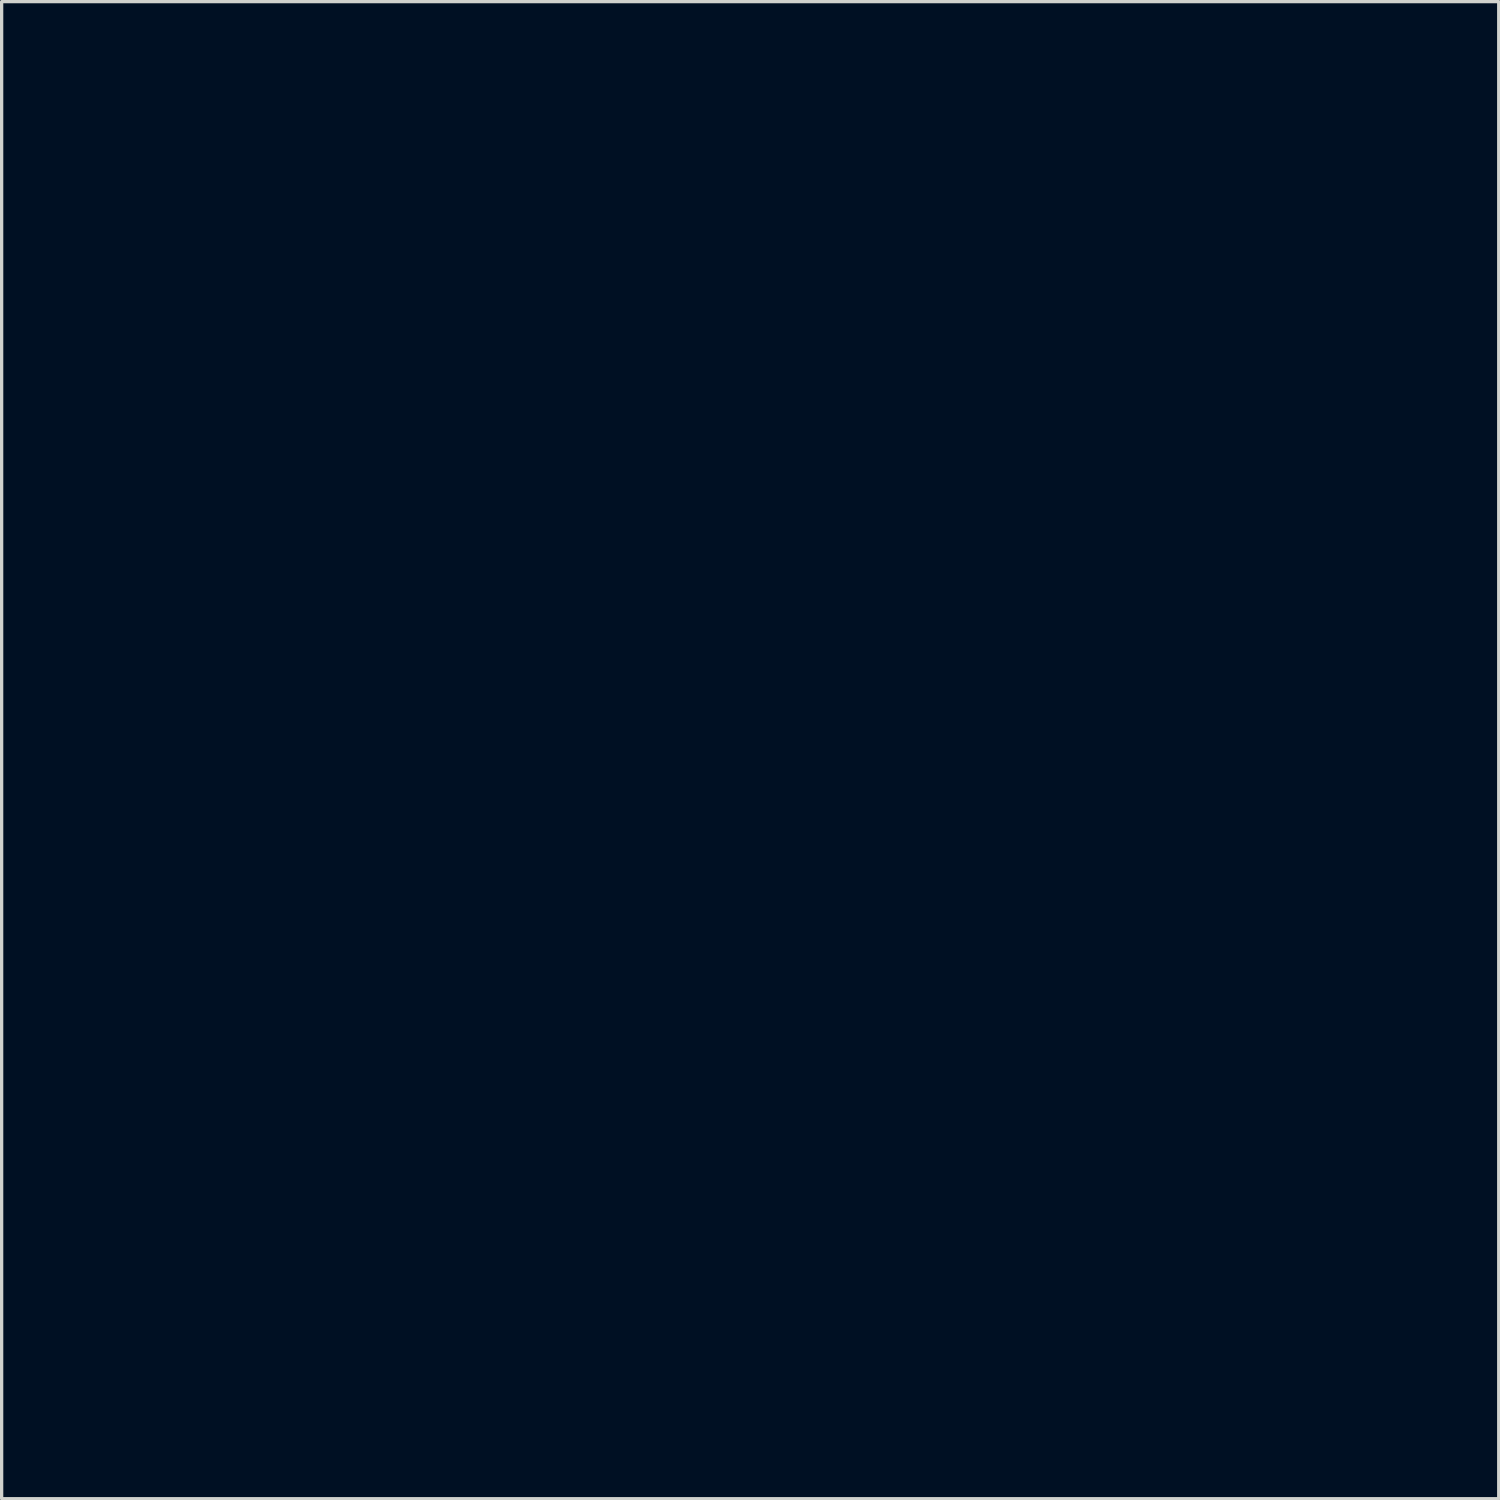
<source format=kicad_pcb>
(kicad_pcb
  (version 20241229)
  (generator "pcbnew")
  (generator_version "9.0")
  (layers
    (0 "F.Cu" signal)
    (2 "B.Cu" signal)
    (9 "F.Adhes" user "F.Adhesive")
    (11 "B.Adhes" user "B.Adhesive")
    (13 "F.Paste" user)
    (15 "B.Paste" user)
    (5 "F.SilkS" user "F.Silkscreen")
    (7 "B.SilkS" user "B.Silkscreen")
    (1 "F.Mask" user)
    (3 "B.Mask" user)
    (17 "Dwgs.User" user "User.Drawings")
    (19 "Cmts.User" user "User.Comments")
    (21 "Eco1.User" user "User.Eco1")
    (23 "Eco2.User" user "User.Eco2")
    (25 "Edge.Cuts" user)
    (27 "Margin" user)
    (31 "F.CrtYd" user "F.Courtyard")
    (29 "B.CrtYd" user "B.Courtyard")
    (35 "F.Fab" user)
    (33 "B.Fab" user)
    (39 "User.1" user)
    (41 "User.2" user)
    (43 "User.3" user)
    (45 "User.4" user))
  (footprint "key4headcenterFMask"
    (layer "F.Cu")
    (at 19.745 19.746)
    (property "Reference" "key4headcenterFMask" (at 0 0 0) (layer "F.Mask") (effects (font (size 1.524 1.524) (thickness 0.3))))
    (attr through_hole)
    (fp_poly (pts (xy 0.699 -4.091) (xy 0.671 -3.926) (xy 0.592 -3.876) (xy 0.47 -3.943) (xy 0.413 -4) (xy 0.24 -4.117) (xy 0.058 -4.116) (xy -0.107 -4.002) (xy -0.181 -3.894) (xy -0.249 -3.669) (xy -0.198 -3.46) (xy -0.102 -3.323) (xy 0.014 -3.208) (xy 0.116 -3.18) (xy 0.23 -3.209) (xy 0.386 -3.302) (xy 0.48 -3.413) (xy 0.545 -3.509) (xy 0.621 -3.499) (xy 0.669 -3.467) (xy 0.735 -3.407) (xy 0.734 -3.347) (xy 0.656 -3.25) (xy 0.589 -3.183) (xy 0.433 -3.052) (xy 0.273 -2.995) (xy 0.095 -2.985) (xy -0.119 -3.002) (xy -0.273 -3.072) (xy -0.386 -3.17) (xy -0.535 -3.402) (xy -0.581 -3.671) (xy -0.524 -3.939) (xy -0.418 -4.108) (xy -0.328 -4.2) (xy -0.231 -4.255) (xy -0.09 -4.283) (xy 0.131 -4.295) (xy 0.217 -4.298) (xy 0.699 -4.309) (xy 0.699 -4.091)) (stroke (width 0.01) (type solid)) (fill yes) (layer "F.Mask"))
    (fp_poly (pts (xy 4.246 0.336) (xy 4.317 0.392) (xy 4.318 0.406) (xy 4.269 0.507) (xy 4.239 0.526) (xy 4.184 0.596) (xy 4.105 0.759) (xy 4.014 0.984) (xy 3.971 1.104) (xy 3.87 1.38) (xy 3.789 1.551) (xy 3.719 1.634) (xy 3.668 1.651) (xy 3.559 1.598) (xy 3.5 1.508) (xy 3.453 1.377) (xy 3.379 1.171) (xy 3.296 0.937) (xy 3.211 0.726) (xy 3.13 0.573) (xy 3.068 0.508) (xy 3.064 0.508) (xy 2.994 0.457) (xy 2.985 0.413) (xy 3.018 0.353) (xy 3.136 0.324) (xy 3.302 0.318) (xy 3.506 0.329) (xy 3.603 0.367) (xy 3.619 0.407) (xy 3.576 0.504) (xy 3.547 0.522) (xy 3.515 0.58) (xy 3.538 0.725) (xy 3.584 0.876) (xy 3.647 1.058) (xy 3.696 1.178) (xy 3.715 1.206) (xy 3.745 1.152) (xy 3.799 1.011) (xy 3.846 0.876) (xy 3.906 0.665) (xy 3.91 0.551) (xy 3.883 0.522) (xy 3.816 0.446) (xy 3.81 0.407) (xy 3.86 0.343) (xy 4.016 0.318) (xy 4.064 0.318) (xy 4.246 0.336)) (stroke (width 0.01) (type solid)) (fill yes) (layer "F.Mask"))
    (fp_poly (pts (xy -3.279 0.146) (xy -3.06 0.206) (xy -2.931 0.316) (xy -2.874 0.485) (xy -2.87 0.519) (xy -2.902 0.737) (xy -3.036 0.882) (xy -3.264 0.949) (xy -3.348 0.953) (xy -3.495 0.969) (xy -3.551 1.031) (xy -3.556 1.081) (xy -3.515 1.204) (xy -3.461 1.247) (xy -3.376 1.327) (xy -3.365 1.372) (xy -3.408 1.429) (xy -3.547 1.456) (xy -3.683 1.46) (xy -3.883 1.45) (xy -3.98 1.415) (xy -4 1.365) (xy -3.966 1.281) (xy -3.937 1.27) (xy -3.905 1.211) (xy -3.883 1.051) (xy -3.874 0.816) (xy -3.873 0.794) (xy -3.881 0.554) (xy -3.884 0.535) (xy -3.556 0.535) (xy -3.545 0.687) (xy -3.493 0.751) (xy -3.395 0.762) (xy -3.256 0.725) (xy -3.195 0.658) (xy -3.195 0.507) (xy -3.291 0.381) (xy -3.42 0.329) (xy -3.511 0.333) (xy -3.549 0.404) (xy -3.556 0.535) (xy -3.884 0.535) (xy -3.903 0.387) (xy -3.934 0.318) (xy -3.937 0.318) (xy -3.993 0.266) (xy -4 0.222) (xy -3.972 0.168) (xy -3.872 0.139) (xy -3.675 0.128) (xy -3.604 0.128) (xy -3.279 0.146)) (stroke (width 0.01) (type solid)) (fill yes) (layer "F.Mask"))
    (fp_poly (pts (xy 0.423 -4.792) (xy 0.715 -4.785) (xy 0.939 -4.77) (xy 1.122 -4.743) (xy 1.294 -4.701) (xy 1.483 -4.641) (xy 1.556 -4.615) (xy 2.288 -4.294) (xy 2.95 -3.87) (xy 3.535 -3.352) (xy 4.033 -2.749) (xy 4.434 -2.07) (xy 4.66 -1.536) (xy 4.735 -1.322) (xy 4.788 -1.144) (xy 4.823 -0.972) (xy 4.844 -0.779) (xy 4.854 -0.533) (xy 4.857 -0.207) (xy 4.857 0.032) (xy 4.856 0.423) (xy 4.849 0.716) (xy 4.834 0.939) (xy 4.807 1.123) (xy 4.764 1.295) (xy 4.704 1.485) (xy 4.679 1.556) (xy 4.394 2.222) (xy 4.023 2.822) (xy 3.546 3.385) (xy 3.466 3.466) (xy 2.907 3.959) (xy 2.318 4.342) (xy 1.671 4.634) (xy 1.556 4.675) (xy 1.326 4.748) (xy 1.117 4.799) (xy 0.893 4.833) (xy 0.621 4.854) (xy 0.265 4.866) (xy 0.159 4.869) (xy -0.241 4.874) (xy -0.548 4.868) (xy -0.794 4.847) (xy -1.012 4.809) (xy -1.175 4.768) (xy -1.931 4.499) (xy -2.621 4.124) (xy -3.236 3.651) (xy -3.769 3.088) (xy -4.211 2.441) (xy -4.556 1.718) (xy -4.615 1.556) (xy -4.683 1.354) (xy -4.731 1.179) (xy -4.763 1.003) (xy -4.781 0.795) (xy -4.791 0.528) (xy -4.794 0.173) (xy -4.794 0.032) (xy -4.6 0.032) (xy -4.599 0.418) (xy -4.593 0.706) (xy -4.579 0.924) (xy -4.553 1.1) (xy -4.512 1.264) (xy -4.452 1.443) (xy -4.407 1.566) (xy -4.285 1.865) (xy -4.144 2.172) (xy -4.011 2.428) (xy -3.996 2.454) (xy -3.789 2.75) (xy -3.505 3.082) (xy -3.176 3.419) (xy -2.833 3.728) (xy -2.508 3.98) (xy -2.349 4.081) (xy -1.682 4.397) (xy -0.967 4.604) (xy -0.224 4.7) (xy 0.526 4.683) (xy 1.263 4.551) (xy 1.492 4.484) (xy 2.075 4.255) (xy 2.599 3.953) (xy 3.098 3.558) (xy 3.334 3.334) (xy 3.781 2.834) (xy 4.127 2.321) (xy 4.396 1.758) (xy 4.493 1.492) (xy 4.561 1.281) (xy 4.608 1.095) (xy 4.639 0.904) (xy 4.656 0.677) (xy 4.663 0.382) (xy 4.665 0.032) (xy 4.663 -0.351) (xy 4.655 -0.638) (xy 4.636 -0.86) (xy 4.605 -1.049) (xy 4.555 -1.236) (xy 4.493 -1.429) (xy 4.375 -1.738) (xy 4.229 -2.065) (xy 4.086 -2.342) (xy 4.081 -2.349) (xy 3.874 -2.652) (xy 3.592 -2.99) (xy 3.266 -3.33) (xy 2.928 -3.642) (xy 2.609 -3.895) (xy 2.454 -3.996) (xy 1.777 -4.322) (xy 1.059 -4.536) (xy 0.318 -4.636) (xy -0.429 -4.623) (xy -1.166 -4.496) (xy -1.876 -4.256) (xy -2.391 -3.996) (xy -2.671 -3.8) (xy -2.99 -3.53) (xy -3.317 -3.215) (xy -3.621 -2.887) (xy -3.871 -2.577) (xy -3.996 -2.391) (xy -4.126 -2.146) (xy -4.268 -1.841) (xy -4.393 -1.538) (xy -4.407 -1.503) (xy -4.48 -1.301) (xy -4.531 -1.132) (xy -4.566 -0.966) (xy -4.586 -0.776) (xy -4.596 -0.533) (xy -4.6 -0.207) (xy -4.6 0.032) (xy -4.794 0.032) (xy -4.793 -0.355) (xy -4.787 -0.644) (xy -4.773 -0.864) (xy -4.747 -1.045) (xy -4.704 -1.216) (xy -4.643 -1.406) (xy -4.597 -1.536) (xy -4.27 -2.264) (xy -3.841 -2.923) (xy -3.319 -3.503) (xy -2.712 -3.996) (xy -2.029 -4.393) (xy -1.492 -4.615) (xy -1.291 -4.683) (xy -1.116 -4.731) (xy -0.94 -4.763) (xy -0.733 -4.781) (xy -0.467 -4.79) (xy -0.112 -4.793) (xy 0.032 -4.793) (xy 0.423 -4.792)) (stroke (width 0.01) (type solid)) (fill yes) (layer "F.Mask"))
    (fp_poly (pts (xy 1.741 -2.706) (xy 1.752 -2.703) (xy 1.946 -2.611) (xy 2.139 -2.451) (xy 2.301 -2.257) (xy 2.399 -2.066) (xy 2.413 -1.981) (xy 2.433 -1.842) (xy 2.516 -1.761) (xy 2.632 -1.716) (xy 2.814 -1.62) (xy 2.998 -1.472) (xy 3.045 -1.423) (xy 3.167 -1.26) (xy 3.224 -1.1) (xy 3.238 -0.878) (xy 3.238 -0.871) (xy 3.19 -0.514) (xy 3.044 -0.237) (xy 2.799 -0.038) (xy 2.451 0.085) (xy 2.397 0.096) (xy 2.139 0.09) (xy 1.864 -0.003) (xy 1.622 -0.158) (xy 1.479 -0.323) (xy 1.386 -0.449) (xy 1.307 -0.507) (xy 1.301 -0.508) (xy 1.207 -0.471) (xy 1.058 -0.379) (xy 0.886 -0.255) (xy 0.726 -0.126) (xy 0.611 -0.017) (xy 0.573 0.041) (xy 0.62 0.101) (xy 0.753 0.227) (xy 0.956 0.406) (xy 1.217 0.626) (xy 1.52 0.875) (xy 1.655 0.984) (xy 1.975 1.243) (xy 2.26 1.481) (xy 2.497 1.684) (xy 2.67 1.839) (xy 2.764 1.933) (xy 2.777 1.951) (xy 2.783 2.101) (xy 2.697 2.211) (xy 2.55 2.264) (xy 2.374 2.245) (xy 2.269 2.194) (xy 2.182 2.145) (xy 2.112 2.147) (xy 2.03 2.213) (xy 1.907 2.361) (xy 1.868 2.41) (xy 1.732 2.574) (xy 1.626 2.689) (xy 1.575 2.728) (xy 1.502 2.692) (xy 1.38 2.6) (xy 1.357 2.581) (xy 1.183 2.431) (xy 1.322 2.255) (xy 1.423 2.096) (xy 1.46 1.971) (xy 1.427 1.908) (xy 1.409 1.905) (xy 1.336 1.947) (xy 1.218 2.052) (xy 1.177 2.093) (xy 1.035 2.223) (xy 0.96 2.254) (xy 0.954 2.2) (xy 1.018 2.073) (xy 1.144 1.896) (xy 1.275 1.723) (xy 1.366 1.588) (xy 1.397 1.524) (xy 1.35 1.464) (xy 1.222 1.347) (xy 1.038 1.192) (xy 0.82 1.015) (xy 0.591 0.836) (xy 0.374 0.672) (xy 0.191 0.54) (xy 0.066 0.461) (xy 0.026 0.445) (xy -0.054 0.483) (xy -0.204 0.586) (xy -0.402 0.734) (xy -0.625 0.91) (xy -0.851 1.095) (xy -1.056 1.271) (xy -1.219 1.418) (xy -1.316 1.52) (xy -1.333 1.55) (xy -1.296 1.635) (xy -1.2 1.78) (xy -1.111 1.898) (xy -0.989 2.06) (xy -0.908 2.185) (xy -0.889 2.231) (xy -0.923 2.287) (xy -1.004 2.255) (xy -1.103 2.148) (xy -1.117 2.127) (xy -1.221 2.015) (xy -1.323 1.969) (xy -1.389 2.001) (xy -1.397 2.044) (xy -1.357 2.139) (xy -1.259 2.266) (xy -1.254 2.271) (xy -1.111 2.424) (xy -1.289 2.577) (xy -1.419 2.678) (xy -1.508 2.729) (xy -1.517 2.731) (xy -1.581 2.686) (xy -1.698 2.569) (xy -1.823 2.429) (xy -1.965 2.266) (xy -2.054 2.187) (xy -2.119 2.178) (xy -2.188 2.225) (xy -2.21 2.244) (xy -2.378 2.334) (xy -2.535 2.297) (xy -2.651 2.175) (xy -2.702 2.08) (xy -2.689 2.001) (xy -2.599 1.897) (xy -2.54 1.841) (xy -2.425 1.74) (xy -2.231 1.576) (xy -1.978 1.366) (xy -1.686 1.126) (xy -1.389 0.885) (xy -1.095 0.644) (xy -0.838 0.429) (xy -0.634 0.253) (xy -0.498 0.129) (xy -0.445 0.069) (xy -0.445 0.068) (xy -0.492 0.006) (xy -0.615 -0.106) (xy -0.786 -0.243) (xy -1.128 -0.501) (xy -1.324 -0.256) (xy -1.578 -0.02) (xy -1.867 0.119) (xy -2.167 0.164) (xy -2.455 0.117) (xy -2.708 -0.02) (xy -2.903 -0.242) (xy -2.993 -0.447) (xy -3.014 -0.696) (xy -2.714 -0.696) (xy -2.66 -0.512) (xy -2.541 -0.374) (xy -2.371 -0.25) (xy -2.348 -0.238) (xy -2.201 -0.164) (xy -2.113 -0.137) (xy -2.027 -0.154) (xy -1.886 -0.213) (xy -1.88 -0.216) (xy -1.644 -0.364) (xy -1.508 -0.58) (xy -1.461 -0.878) (xy -1.46 -0.903) (xy -1.46 -1.206) (xy -1.2 -1.206) (xy -0.941 -1.26) (xy -0.742 -1.401) (xy -0.616 -1.602) (xy -0.577 -1.835) (xy -0.638 -2.073) (xy -0.725 -2.203) (xy -0.852 -2.321) (xy -1 -2.372) (xy -1.168 -2.381) (xy -1.456 -2.33) (xy -1.667 -2.179) (xy -1.799 -1.93) (xy -1.838 -1.733) (xy -1.865 -1.55) (xy -1.912 -1.455) (xy -2.01 -1.411) (xy -2.124 -1.39) (xy -2.369 -1.3) (xy -2.561 -1.135) (xy -2.682 -0.924) (xy -2.714 -0.696) (xy -3.014 -0.696) (xy -3.018 -0.738) (xy -2.938 -1.032) (xy -2.771 -1.298) (xy -2.533 -1.508) (xy -2.302 -1.616) (xy -2.182 -1.706) (xy -2.159 -1.805) (xy -2.103 -2.016) (xy -1.953 -2.236) (xy -1.735 -2.432) (xy -1.57 -2.531) (xy -1.378 -2.618) (xy -1.232 -2.649) (xy -1.071 -2.63) (xy -0.967 -2.606) (xy -0.639 -2.472) (xy -0.407 -2.263) (xy -0.278 -1.988) (xy -0.254 -1.777) (xy -0.286 -1.549) (xy -0.394 -1.332) (xy -0.585 -1.103) (xy -0.773 -0.904) (xy -0.371 -0.579) (xy -0.181 -0.428) (xy -0.029 -0.315) (xy 0.059 -0.257) (xy 0.069 -0.254) (xy 0.134 -0.29) (xy 0.274 -0.385) (xy 0.462 -0.522) (xy 0.534 -0.576) (xy 0.959 -0.898) (xy 0.737 -1.144) (xy 0.538 -1.434) (xy 0.465 -1.726) (xy 0.47 -1.748) (xy 0.733 -1.748) (xy 0.817 -1.531) (xy 1.011 -1.364) (xy 1.307 -1.256) (xy 1.384 -1.24) (xy 1.552 -1.206) (xy 1.623 -1.159) (xy 1.629 -1.065) (xy 1.615 -0.986) (xy 1.618 -0.718) (xy 1.719 -0.495) (xy 1.891 -0.331) (xy 2.109 -0.238) (xy 2.349 -0.227) (xy 2.586 -0.31) (xy 2.746 -0.443) (xy 2.885 -0.677) (xy 2.913 -0.923) (xy 2.841 -1.155) (xy 2.681 -1.348) (xy 2.443 -1.475) (xy 2.312 -1.503) (xy 2.052 -1.538) (xy 2.058 -1.822) (xy 2.047 -2.02) (xy 1.984 -2.159) (xy 1.856 -2.291) (xy 1.608 -2.44) (xy 1.347 -2.478) (xy 1.1 -2.41) (xy 0.895 -2.246) (xy 0.764 -2.007) (xy 0.733 -1.748) (xy 0.47 -1.748) (xy 0.518 -2.022) (xy 0.528 -2.045) (xy 0.679 -2.272) (xy 0.913 -2.471) (xy 1.193 -2.623) (xy 1.481 -2.708) (xy 1.741 -2.706)) (stroke (width 0.01) (type solid)) (fill yes) (layer "F.Mask"))
    (fp_poly (pts (xy 0.116 -19.717) (xy 0.31 -19.647) (xy 0.608 -19.533) (xy 1.002 -19.378) (xy 1.487 -19.185) (xy 2.055 -18.957) (xy 2.7 -18.696) (xy 3.415 -18.406) (xy 4.193 -18.088) (xy 5.027 -17.745) (xy 5.911 -17.381) (xy 6.837 -16.998) (xy 7.143 -16.871) (xy 14.064 -14) (xy 16.934 -7.08) (xy 17.318 -6.153) (xy 17.685 -5.265) (xy 18.032 -4.421) (xy 18.356 -3.629) (xy 18.655 -2.895) (xy 18.926 -2.227) (xy 19.165 -1.632) (xy 19.371 -1.116) (xy 19.541 -0.687) (xy 19.671 -0.351) (xy 19.758 -0.116) (xy 19.801 0.012) (xy 19.805 0.032) (xy 19.781 0.115) (xy 19.711 0.308) (xy 19.597 0.604) (xy 19.444 0.995) (xy 19.253 1.475) (xy 19.028 2.037) (xy 18.771 2.672) (xy 18.485 3.375) (xy 18.173 4.138) (xy 17.839 4.953) (xy 17.484 5.814) (xy 17.112 6.713) (xy 16.934 7.143) (xy 14.064 14.064) (xy 7.143 16.935) (xy 6.204 17.323) (xy 5.306 17.694) (xy 4.455 18.044) (xy 3.658 18.37) (xy 2.923 18.67) (xy 2.255 18.94) (xy 1.661 19.179) (xy 1.149 19.384) (xy 0.724 19.551) (xy 0.394 19.678) (xy 0.166 19.763) (xy 0.046 19.802) (xy 0.032 19.804) (xy -0.051 19.78) (xy -0.243 19.71) (xy -0.538 19.597) (xy -0.928 19.444) (xy -1.406 19.254) (xy -1.964 19.03) (xy -2.595 18.775) (xy -3.292 18.492) (xy -4.047 18.183) (xy -4.853 17.852) (xy -5.702 17.503) (xy -6.588 17.137) (xy -7.079 16.933) (xy -13.839 14.129) (xy -12.967 14.129) (xy -6.881 16.651) (xy -6.046 16.997) (xy -5.244 17.329) (xy -4.483 17.644) (xy -3.771 17.938) (xy -3.116 18.209) (xy -2.525 18.453) (xy -2.006 18.667) (xy -1.566 18.848) (xy -1.215 18.992) (xy -0.959 19.097) (xy -0.805 19.159) (xy -0.762 19.175) (xy -0.769 19.168) (xy 0.864 19.168) (xy 0.931 19.141) (xy 1.108 19.069) (xy 1.386 18.954) (xy 1.758 18.801) (xy 2.216 18.611) (xy 2.752 18.39) (xy 3.358 18.139) (xy 4.027 17.863) (xy 4.75 17.563) (xy 5.52 17.244) (xy 6.328 16.909) (xy 6.985 16.637) (xy 13.036 14.129) (xy 5.875 14.096) (xy 3.334 16.643) (xy 2.868 17.111) (xy 2.433 17.551) (xy 2.034 17.954) (xy 1.682 18.312) (xy 1.382 18.619) (xy 1.144 18.865) (xy 0.974 19.043) (xy 0.88 19.146) (xy 0.864 19.168) (xy -0.769 19.168) (xy -0.8 19.132) (xy -0.919 19.007) (xy -1.113 18.809) (xy -1.374 18.544) (xy -1.692 18.222) (xy -2.061 17.85) (xy -2.473 17.436) (xy -2.92 16.988) (xy -3.271 16.636) (xy -5.812 14.096) (xy -9.389 14.112) (xy -12.967 14.129) (xy -13.839 14.129) (xy -13.92 14.095) (xy -5.302 14.095) (xy -2.924 16.475) (xy -2.471 16.927) (xy -2.045 17.351) (xy -1.656 17.738) (xy -1.311 18.079) (xy -1.018 18.367) (xy -0.786 18.594) (xy -0.624 18.75) (xy -0.538 18.829) (xy -0.528 18.837) (xy -0.547 18.776) (xy -0.611 18.611) (xy -0.713 18.354) (xy -0.849 18.017) (xy -1.013 17.613) (xy -1.201 17.154) (xy -1.407 16.653) (xy -1.482 16.474) (xy -2.444 14.151) (xy -2.085 14.151) (xy -2.024 14.301) (xy -1.927 14.54) (xy -1.798 14.852) (xy -1.645 15.221) (xy -1.473 15.634) (xy -1.29 16.074) (xy -1.101 16.527) (xy -0.912 16.977) (xy -0.731 17.41) (xy -0.563 17.81) (xy -0.415 18.161) (xy -0.293 18.45) (xy -0.204 18.66) (xy -0.153 18.777) (xy -0.144 18.796) (xy 0.588 18.796) (xy 0.625 18.771) (xy 0.744 18.664) (xy 0.936 18.482) (xy 1.194 18.234) (xy 1.509 17.928) (xy 1.873 17.571) (xy 2.279 17.171) (xy 2.718 16.736) (xy 2.945 16.51) (xy 5.335 14.129) (xy 3.958 14.112) (xy 3.552 14.109) (xy 3.189 14.11) (xy 2.888 14.116) (xy 2.669 14.125) (xy 2.55 14.138) (xy 2.535 14.143) (xy 2.504 14.208) (xy 2.431 14.374) (xy 2.323 14.627) (xy 2.185 14.951) (xy 2.024 15.331) (xy 1.847 15.751) (xy 1.66 16.196) (xy 1.47 16.651) (xy 1.283 17.099) (xy 1.105 17.527) (xy 0.944 17.918) (xy 0.804 18.256) (xy 0.694 18.528) (xy 0.618 18.716) (xy 0.588 18.796) (xy -0.144 18.796) (xy -0.14 18.735) (xy -0.136 18.561) (xy -0.133 18.287) (xy -0.131 17.929) (xy -0.129 17.5) (xy -0.127 17.013) (xy -0.127 16.483) (xy -0.127 16.447) (xy -0.127 14.097) (xy 0.191 14.097) (xy 0.191 16.457) (xy 0.191 16.989) (xy 0.193 17.478) (xy 0.196 17.909) (xy 0.199 18.27) (xy 0.204 18.547) (xy 0.209 18.725) (xy 0.214 18.791) (xy 0.215 18.791) (xy 0.244 18.728) (xy 0.316 18.561) (xy 0.426 18.302) (xy 0.568 17.965) (xy 0.736 17.561) (xy 0.926 17.105) (xy 1.133 16.609) (xy 1.174 16.51) (xy 1.383 16.005) (xy 1.577 15.535) (xy 1.752 15.114) (xy 1.901 14.755) (xy 2.018 14.471) (xy 2.099 14.275) (xy 2.138 14.181) (xy 2.14 14.176) (xy 2.125 14.145) (xy 2.04 14.123) (xy 1.872 14.108) (xy 1.606 14.1) (xy 1.229 14.097) (xy 1.182 14.097) (xy 0.191 14.097) (xy -0.127 14.097) (xy -1.117 14.097) (xy -1.453 14.1) (xy -1.737 14.109) (xy -1.949 14.123) (xy -2.068 14.14) (xy -2.085 14.151) (xy -2.444 14.151) (xy -2.453 14.129) (xy -3.878 14.112) (xy -5.302 14.095) (xy -13.92 14.095) (xy -13.999 14.062) (xy -14.128 13.752) (xy -12.947 13.752) (xy -12.891 13.757) (xy -12.719 13.762) (xy -12.444 13.766) (xy -12.075 13.77) (xy -11.625 13.774) (xy -11.106 13.776) (xy -10.528 13.778) (xy -9.904 13.779) (xy -9.552 13.78) (xy -6.128 13.78) (xy -7.144 12.764) (xy -8.16 11.749) (xy -10.54 12.737) (xy -11.057 12.951) (xy -11.536 13.152) (xy -11.966 13.332) (xy -12.333 13.486) (xy -12.626 13.61) (xy -12.831 13.699) (xy -12.936 13.746) (xy -12.947 13.752) (xy -14.128 13.752) (xy -14.288 13.366) (xy -12.988 13.366) (xy -12.963 13.375) (xy -12.922 13.362) (xy -12.804 13.313) (xy -12.585 13.222) (xy -12.279 13.095) (xy -11.902 12.94) (xy -11.47 12.761) (xy -10.998 12.566) (xy -10.604 12.403) (xy -10.123 12.203) (xy -9.679 12.017) (xy -9.285 11.851) (xy -8.956 11.711) (xy -8.706 11.602) (xy -8.694 11.597) (xy -7.744 11.597) (xy -7.709 11.648) (xy -7.596 11.775) (xy -7.417 11.967) (xy -7.183 12.21) (xy -6.906 12.492) (xy -6.697 12.702) (xy -5.621 13.78) (xy -2.607 13.78) (xy -2.662 13.637) (xy -2.737 13.446) (xy -2.845 13.179) (xy -2.979 12.852) (xy -3.131 12.483) (xy -3.294 12.09) (xy -3.461 11.691) (xy -3.624 11.302) (xy -3.775 10.943) (xy -3.908 10.629) (xy -4.015 10.38) (xy -4.089 10.213) (xy -4.121 10.144) (xy -4.122 10.144) (xy -4.186 10.159) (xy -4.349 10.215) (xy -4.595 10.306) (xy -4.906 10.425) (xy -5.264 10.564) (xy -5.651 10.718) (xy -6.051 10.878) (xy -6.446 11.038) (xy -6.819 11.191) (xy -7.151 11.329) (xy -7.426 11.446) (xy -7.625 11.535) (xy -7.733 11.589) (xy -7.744 11.597) (xy -8.694 11.597) (xy -8.547 11.531) (xy -8.494 11.503) (xy -8.52 11.445) (xy -8.624 11.315) (xy -8.789 11.13) (xy -9.003 10.905) (xy -9.13 10.777) (xy -9.812 10.097) (xy -11.494 11.782) (xy -11.93 12.219) (xy -12.281 12.575) (xy -12.554 12.855) (xy -12.755 13.068) (xy -12.89 13.219) (xy -12.965 13.316) (xy -12.988 13.366) (xy -14.288 13.366) (xy -14.417 13.054) (xy -13.313 13.054) (xy -13.261 13.031) (xy -13.149 12.943) (xy -12.974 12.785) (xy -12.729 12.553) (xy -12.409 12.242) (xy -12.009 11.848) (xy -11.718 11.558) (xy -10.034 9.876) (xy -10.067 9.842) (xy -9.555 9.842) (xy -8.055 11.346) (xy -6.171 10.564) (xy -5.6 10.324) (xy -5.127 10.12) (xy -4.758 9.953) (xy -4.736 9.943) (xy -3.798 9.943) (xy -3.779 10.001) (xy -3.718 10.161) (xy -3.622 10.404) (xy -3.497 10.715) (xy -3.351 11.077) (xy -3.19 11.472) (xy -3.021 11.885) (xy -2.85 12.299) (xy -2.685 12.697) (xy -2.532 13.063) (xy -2.399 13.379) (xy -2.356 13.478) (xy -2.227 13.78) (xy -0.127 13.78) (xy -0.127 11.107) (xy 0.191 11.107) (xy 0.191 13.783) (xy 0.378 13.78) (xy 2.67 13.78) (xy 5.685 13.78) (xy 6.192 13.78) (xy 9.615 13.78) (xy 10.26 13.779) (xy 10.864 13.777) (xy 11.416 13.775) (xy 11.905 13.772) (xy 12.318 13.767) (xy 12.645 13.763) (xy 12.874 13.758) (xy 12.993 13.752) (xy 13.008 13.749) (xy 12.945 13.719) (xy 12.776 13.645) (xy 12.516 13.534) (xy 12.175 13.39) (xy 11.768 13.219) (xy 11.306 13.026) (xy 10.802 12.817) (xy 10.6 12.733) (xy 8.223 11.748) (xy 6.192 13.78) (xy 5.685 13.78) (xy 6.76 12.702) (xy 7.059 12.401) (xy 7.323 12.129) (xy 7.541 11.9) (xy 7.701 11.726) (xy 7.79 11.62) (xy 7.804 11.593) (xy 7.728 11.551) (xy 7.56 11.474) (xy 8.579 11.474) (xy 8.592 11.519) (xy 8.594 11.52) (xy 8.666 11.554) (xy 8.839 11.63) (xy 9.098 11.741) (xy 9.427 11.881) (xy 9.81 12.043) (xy 10.232 12.221) (xy 10.678 12.408) (xy 11.131 12.599) (xy 11.576 12.785) (xy 11.997 12.961) (xy 12.38 13.12) (xy 12.708 13.256) (xy 12.965 13.361) (xy 13.137 13.431) (xy 13.208 13.457) (xy 13.171 13.415) (xy 13.055 13.293) (xy 12.868 13.101) (xy 12.62 12.848) (xy 12.32 12.545) (xy 11.978 12.201) (xy 11.604 11.826) (xy 11.557 11.78) (xy 9.876 10.097) (xy 9.19 10.779) (xy 8.919 11.053) (xy 8.733 11.252) (xy 8.623 11.389) (xy 8.579 11.474) (xy 7.56 11.474) (xy 7.555 11.472) (xy 7.301 11.362) (xy 6.984 11.229) (xy 6.622 11.08) (xy 6.232 10.921) (xy 5.832 10.761) (xy 5.439 10.605) (xy 5.071 10.461) (xy 4.745 10.335) (xy 4.479 10.236) (xy 4.29 10.169) (xy 4.195 10.142) (xy 4.188 10.143) (xy 4.156 10.209) (xy 4.084 10.374) (xy 3.978 10.621) (xy 3.845 10.933) (xy 3.694 11.291) (xy 3.531 11.678) (xy 3.365 12.077) (xy 3.202 12.469) (xy 3.049 12.837) (xy 2.915 13.164) (xy 2.807 13.431) (xy 2.731 13.621) (xy 2.725 13.637) (xy 2.67 13.78) (xy 0.378 13.78) (xy 1.253 13.765) (xy 2.315 13.748) (xy 3.099 11.852) (xy 3.287 11.394) (xy 3.459 10.974) (xy 3.607 10.607) (xy 3.726 10.308) (xy 3.811 10.089) (xy 3.856 9.966) (xy 3.862 9.943) (xy 3.801 9.916) (xy 3.64 9.849) (xy 3.449 9.769) (xy 4.352 9.769) (xy 4.419 9.803) (xy 4.586 9.877) (xy 4.836 9.985) (xy 5.151 10.118) (xy 5.514 10.27) (xy 5.908 10.433) (xy 6.314 10.601) (xy 6.717 10.766) (xy 7.097 10.92) (xy 7.437 11.058) (xy 7.721 11.171) (xy 7.931 11.252) (xy 8.048 11.294) (xy 8.066 11.298) (xy 8.141 11.257) (xy 8.287 11.139) (xy 8.488 10.961) (xy 8.725 10.736) (xy 8.89 10.572) (xy 9.588 9.873) (xy 10.096 9.873) (xy 11.763 11.54) (xy 12.14 11.918) (xy 12.489 12.265) (xy 12.799 12.573) (xy 13.06 12.831) (xy 13.262 13.029) (xy 13.395 13.158) (xy 13.449 13.208) (xy 13.449 13.208) (xy 13.445 13.168) (xy 13.441 13.16) (xy 13.411 13.092) (xy 13.338 12.921) (xy 13.228 12.66) (xy 13.088 12.323) (xy 12.922 11.924) (xy 12.736 11.478) (xy 12.585 11.113) (xy 12.383 10.624) (xy 12.19 10.16) (xy 12.014 9.736) (xy 11.862 9.37) (xy 11.74 9.078) (xy 11.655 8.875) (xy 11.622 8.799) (xy 11.488 8.485) (xy 10.096 9.873) (xy 9.588 9.873) (xy 9.619 9.842) (xy 7.749 7.971) (xy 7.349 7.572) (xy 6.976 7.203) (xy 6.641 6.874) (xy 6.353 6.594) (xy 6.121 6.372) (xy 5.955 6.217) (xy 5.864 6.138) (xy 5.85 6.131) (xy 5.816 6.197) (xy 5.743 6.363) (xy 5.637 6.61) (xy 5.505 6.921) (xy 5.355 7.279) (xy 5.195 7.667) (xy 5.03 8.067) (xy 4.868 8.462) (xy 4.716 8.834) (xy 4.582 9.167) (xy 4.472 9.443) (xy 4.394 9.644) (xy 4.355 9.754) (xy 4.352 9.769) (xy 3.449 9.769) (xy 3.396 9.747) (xy 3.088 9.619) (xy 2.733 9.472) (xy 2.348 9.313) (xy 1.952 9.149) (xy 1.56 8.988) (xy 1.193 8.837) (xy 0.865 8.703) (xy 0.597 8.593) (xy 0.404 8.514) (xy 0.305 8.475) (xy 0.302 8.473) (xy 0.274 8.469) (xy 0.252 8.486) (xy 0.234 8.536) (xy 0.22 8.629) (xy 0.209 8.776) (xy 0.202 8.988) (xy 0.196 9.277) (xy 0.193 9.653) (xy 0.191 10.128) (xy 0.191 10.713) (xy 0.191 11.107) (xy -0.127 11.107) (xy -0.127 11.106) (xy -0.128 10.438) (xy -0.13 9.888) (xy -0.133 9.444) (xy -0.139 9.098) (xy -0.147 8.838) (xy -0.158 8.654) (xy -0.172 8.538) (xy -0.189 8.477) (xy -0.21 8.464) (xy -0.212 8.464) (xy -0.306 8.502) (xy -0.494 8.579) (xy -0.759 8.687) (xy -1.084 8.821) (xy -1.45 8.971) (xy -1.841 9.132) (xy -2.24 9.296) (xy -2.627 9.456) (xy -2.987 9.605) (xy -3.301 9.735) (xy -3.553 9.839) (xy -3.724 9.911) (xy -3.797 9.942) (xy -3.798 9.943) (xy -4.736 9.943) (xy -4.495 9.826) (xy -4.344 9.74) (xy -4.305 9.701) (xy -4.335 9.617) (xy -4.406 9.436) (xy -4.511 9.175) (xy -4.641 8.854) (xy -4.79 8.489) (xy -4.951 8.098) (xy -5.116 7.699) (xy -5.277 7.311) (xy -5.427 6.95) (xy -5.56 6.636) (xy -5.667 6.385) (xy -5.741 6.215) (xy -5.774 6.145) (xy -5.775 6.145) (xy -5.826 6.178) (xy -5.958 6.293) (xy -6.16 6.48) (xy -6.422 6.73) (xy -6.736 7.033) (xy -7.092 7.382) (xy -7.48 7.767) (xy -7.685 7.97) (xy -9.555 9.842) (xy -10.067 9.842) (xy -10.714 9.193) (xy -10.952 8.96) (xy -11.16 8.767) (xy -11.321 8.63) (xy -11.418 8.561) (xy -11.439 8.558) (xy -11.474 8.628) (xy -11.555 8.81) (xy -11.679 9.1) (xy -11.846 9.492) (xy -12.051 9.982) (xy -12.294 10.564) (xy -12.573 11.233) (xy -12.884 11.983) (xy -13.226 12.811) (xy -13.311 13.018) (xy -13.313 13.054) (xy -14.417 13.054) (xy -16.87 7.142) (xy -17.251 6.222) (xy -17.616 5.338) (xy -17.962 4.497) (xy -18.285 3.707) (xy -18.584 2.974) (xy -18.854 2.306) (xy -19.095 1.71) (xy -19.301 1.193) (xy -19.375 1.007) (xy -19.037 1.007) (xy -19.034 1.016) (xy -18.998 1.105) (xy -18.917 1.303) (xy -18.793 1.602) (xy -18.632 1.993) (xy -18.435 2.469) (xy -18.207 3.021) (xy -17.951 3.641) (xy -17.669 4.321) (xy -17.367 5.052) (xy -17.047 5.827) (xy -16.712 6.636) (xy -16.506 7.134) (xy -14.065 13.03) (xy -14.05 9.615) (xy -13.716 9.615) (xy -13.715 10.26) (xy -13.714 10.864) (xy -13.712 11.417) (xy -13.708 11.905) (xy -13.704 12.318) (xy -13.7 12.645) (xy -13.695 12.875) (xy -13.69 12.994) (xy -13.687 13.009) (xy -13.657 12.946) (xy -13.584 12.778) (xy -13.473 12.518) (xy -13.329 12.178) (xy -13.158 11.771) (xy -12.965 11.309) (xy -12.755 10.805) (xy -12.671 10.602) (xy -11.685 8.223) (xy -11.791 8.118) (xy -11.282 8.118) (xy -10.547 8.853) (xy -10.299 9.099) (xy -10.082 9.31) (xy -9.913 9.472) (xy -9.807 9.568) (xy -9.779 9.588) (xy -9.729 9.545) (xy -9.598 9.421) (xy -9.397 9.226) (xy -9.135 8.968) (xy -8.821 8.658) (xy -8.465 8.305) (xy -8.077 7.918) (xy -7.877 7.718) (xy -7.412 7.252) (xy -7.031 6.867) (xy -6.727 6.556) (xy -6.492 6.311) (xy -6.324 6.128) (xy -5.382 6.128) (xy -5.363 6.188) (xy -5.3 6.352) (xy -5.198 6.608) (xy -5.062 6.944) (xy -4.898 7.347) (xy -4.71 7.805) (xy -4.504 8.305) (xy -4.284 8.835) (xy -4.056 9.382) (xy -4.03 9.445) (xy -3.944 9.651) (xy -3.639 9.52) (xy -3.493 9.458) (xy -3.25 9.357) (xy -2.932 9.225) (xy -2.561 9.071) (xy -2.156 8.904) (xy -1.937 8.814) (xy -1.542 8.65) (xy -1.187 8.502) (xy -0.888 8.375) (xy -0.662 8.276) (xy -0.526 8.215) (xy -0.494 8.197) (xy -0.506 8.189) (xy 0.548 8.189) (xy 0.622 8.23) (xy 0.793 8.308) (xy 1.044 8.416) (xy 1.357 8.548) (xy 1.714 8.697) (xy 2.097 8.854) (xy 2.489 9.013) (xy 2.87 9.166) (xy 3.225 9.306) (xy 3.534 9.426) (xy 3.78 9.519) (xy 3.945 9.578) (xy 4.011 9.594) (xy 4.011 9.594) (xy 4.046 9.528) (xy 4.121 9.359) (xy 4.232 9.103) (xy 4.372 8.775) (xy 4.535 8.388) (xy 4.713 7.96) (xy 4.759 7.849) (xy 4.937 7.414) (xy 5.098 7.019) (xy 5.235 6.679) (xy 5.343 6.408) (xy 5.415 6.222) (xy 5.446 6.134) (xy 5.446 6.129) (xy 5.384 6.147) (xy 5.22 6.21) (xy 4.97 6.309) (xy 4.648 6.44) (xy 4.269 6.596) (xy 3.848 6.771) (xy 3.4 6.958) (xy 2.938 7.152) (xy 2.479 7.346) (xy 2.036 7.534) (xy 1.624 7.709) (xy 1.259 7.867) (xy 0.954 8) (xy 0.724 8.102) (xy 0.585 8.167) (xy 0.548 8.189) (xy -0.506 8.189) (xy -0.542 8.167) (xy -0.694 8.095) (xy -0.933 7.987) (xy -1.246 7.849) (xy -1.618 7.688) (xy -1.644 7.676) (xy 0.801 7.676) (xy 2.827 6.839) (xy 4.853 6.001) (xy 3.682 5.983) (xy 2.512 5.966) (xy 1.657 6.821) (xy 0.801 7.676) (xy -1.644 7.676) (xy -2.033 7.509) (xy -2.478 7.319) (xy -2.938 7.124) (xy -3.398 6.93) (xy -3.843 6.743) (xy -4.258 6.571) (xy -4.63 6.418) (xy -4.943 6.291) (xy -5.182 6.197) (xy -5.334 6.141) (xy -5.382 6.128) (xy -6.324 6.128) (xy -6.32 6.124) (xy -6.215 6.001) (xy -4.782 6.001) (xy -2.851 6.805) (xy -2.386 6.999) (xy -1.957 7.176) (xy -1.578 7.331) (xy -1.265 7.458) (xy -1.032 7.551) (xy -0.892 7.604) (xy -0.858 7.615) (xy -0.88 7.574) (xy -0.98 7.458) (xy -0.983 7.455) (xy 0.512 7.455) (xy 1.972 6.001) (xy 1.58 5.982) (xy 1.365 5.979) (xy 1.203 5.992) (xy 1.137 6.013) (xy 1.094 6.089) (xy 1.015 6.258) (xy 0.911 6.493) (xy 0.799 6.76) (xy 0.512 7.455) (xy -0.983 7.455) (xy -1.145 7.281) (xy -1.362 7.055) (xy -1.619 6.796) (xy -1.621 6.793) (xy -2.445 5.969) (xy -1.935 5.969) (xy -1.206 6.699) (xy -0.961 6.944) (xy -0.75 7.154) (xy -0.587 7.314) (xy -0.488 7.41) (xy -0.465 7.429) (xy -0.483 7.375) (xy -0.541 7.226) (xy -0.63 7.007) (xy -0.734 6.756) (xy -0.849 6.484) (xy -0.948 6.254) (xy -1.02 6.092) (xy -1.052 6.026) (xy -1.119 6.001) (xy -0.687 6.001) (xy -0.423 6.647) (xy -0.159 7.293) (xy -0.141 6.654) (xy -0.135 6.383) (xy -0.136 6.164) (xy -0.143 6.024) (xy -0.15 5.989) (xy -0.225 5.976) (xy -0.377 5.977) (xy -0.432 5.981) (xy -0.687 6.001) (xy -1.119 6.001) (xy -1.129 5.997) (xy -1.296 5.977) (xy -1.511 5.969) (xy 0.191 5.969) (xy 0.196 7.334) (xy 0.357 6.953) (xy 0.466 6.692) (xy 0.577 6.423) (xy 0.639 6.271) (xy 0.76 5.969) (xy 0.191 5.969) (xy -1.511 5.969) (xy -1.935 5.969) (xy -2.445 5.969) (xy -2.448 5.966) (xy -3.615 5.983) (xy -4.782 6.001) (xy -6.215 6.001) (xy -6.204 5.988) (xy -6.137 5.895) (xy -6.112 5.837) (xy -6.116 5.824) (xy 6.175 5.824) (xy 6.188 5.872) (xy 6.24 5.953) (xy 6.34 6.074) (xy 6.493 6.244) (xy 6.706 6.469) (xy 6.987 6.758) (xy 7.342 7.118) (xy 7.779 7.556) (xy 7.94 7.718) (xy 8.341 8.119) (xy 8.714 8.49) (xy 9.05 8.822) (xy 9.338 9.106) (xy 9.57 9.333) (xy 9.736 9.494) (xy 9.827 9.578) (xy 9.841 9.588) (xy 9.894 9.546) (xy 10.021 9.428) (xy 10.207 9.25) (xy 10.435 9.027) (xy 10.61 8.853) (xy 11.241 8.223) (xy 11.75 8.223) (xy 12.743 10.62) (xy 12.957 11.138) (xy 13.157 11.617) (xy 13.337 12.046) (xy 13.492 12.411) (xy 13.616 12.702) (xy 13.704 12.904) (xy 13.751 13.007) (xy 13.757 13.018) (xy 13.761 12.956) (xy 13.765 12.779) (xy 13.769 12.498) (xy 13.772 12.125) (xy 13.775 11.672) (xy 13.777 11.149) (xy 13.779 10.569) (xy 13.779 9.943) (xy 13.78 9.605) (xy 13.78 6.192) (xy 12.765 7.207) (xy 11.75 8.223) (xy 11.241 8.223) (xy 11.347 8.118) (xy 10.599 6.315) (xy 10.411 5.863) (xy 10.237 5.447) (xy 10.083 5.081) (xy 9.956 4.781) (xy 9.862 4.563) (xy 9.808 4.44) (xy 9.799 4.421) (xy 9.763 4.403) (xy 9.682 4.41) (xy 9.545 4.447) (xy 9.34 4.518) (xy 9.057 4.626) (xy 8.683 4.775) (xy 8.207 4.97) (xy 8.033 5.043) (xy 7.59 5.226) (xy 7.182 5.395) (xy 6.823 5.544) (xy 6.53 5.664) (xy 6.319 5.751) (xy 6.205 5.797) (xy 6.195 5.801) (xy 6.175 5.824) (xy -6.116 5.824) (xy -6.121 5.806) (xy -6.131 5.801) (xy -6.22 5.765) (xy -6.41 5.687) (xy -6.648 5.589) (xy -4.794 5.589) (xy -4.783 5.609) (xy -4.655 5.626) (xy -4.419 5.638) (xy -4.086 5.645) (xy -3.843 5.647) (xy -2.764 5.652) (xy -3.401 5.014) (xy -4.034 5.274) (xy -4.308 5.387) (xy -4.548 5.486) (xy -4.724 5.56) (xy -4.794 5.589) (xy -6.648 5.589) (xy -6.685 5.574) (xy -7.03 5.431) (xy -7.428 5.266) (xy -7.864 5.086) (xy -7.969 5.042) (xy -8.486 4.829) (xy -8.896 4.664) (xy -9.212 4.542) (xy -9.443 4.46) (xy -9.6 4.414) (xy -9.693 4.401) (xy -9.733 4.416) (xy -9.733 4.417) (xy -9.769 4.495) (xy -9.847 4.676) (xy -9.961 4.944) (xy -10.104 5.284) (xy -10.27 5.681) (xy -10.453 6.12) (xy -10.532 6.31) (xy -11.282 8.118) (xy -11.791 8.118) (xy -12.701 7.207) (xy -13.716 6.192) (xy -13.716 9.615) (xy -14.05 9.615) (xy -14.049 9.453) (xy -14.032 5.875) (xy -14.228 5.68) (xy -13.718 5.68) (xy -12.654 6.745) (xy -12.354 7.044) (xy -12.083 7.311) (xy -11.855 7.533) (xy -11.682 7.697) (xy -11.577 7.792) (xy -11.552 7.811) (xy -11.519 7.754) (xy -11.444 7.595) (xy -11.334 7.347) (xy -11.194 7.025) (xy -11.032 6.643) (xy -10.854 6.217) (xy -10.797 6.08) (xy -10.615 5.638) (xy -10.449 5.232) (xy -10.306 4.877) (xy -10.192 4.588) (xy -10.113 4.382) (xy -10.075 4.273) (xy -10.073 4.262) (xy -10.129 4.21) (xy -10.302 4.115) (xy -10.589 3.979) (xy -10.651 3.951) (xy -9.543 3.951) (xy -9.49 3.986) (xy -9.337 4.062) (xy -9.102 4.173) (xy -8.802 4.309) (xy -8.456 4.464) (xy -8.079 4.63) (xy -7.691 4.799) (xy -7.307 4.964) (xy -6.947 5.117) (xy -6.627 5.25) (xy -6.365 5.356) (xy -6.179 5.427) (xy -6.085 5.456) (xy -6.084 5.456) (xy -6.09 5.404) (xy -6.112 5.335) (xy -5.048 5.335) (xy -4.508 5.106) (xy -4.25 4.997) (xy -4.02 4.901) (xy -3.892 4.848) (xy -3.054 4.848) (xy -2.258 5.652) (xy -1.732 5.652) (xy -1.492 5.649) (xy -1.309 5.642) (xy -1.214 5.631) (xy -1.206 5.628) (xy -1.229 5.559) (xy -1.283 5.42) (xy -1.298 5.385) (xy -1.341 5.311) (xy -0.947 5.311) (xy -0.943 5.378) (xy -0.901 5.492) (xy -0.844 5.585) (xy -0.758 5.633) (xy -0.605 5.65) (xy -0.478 5.652) (xy -0.277 5.647) (xy -0.172 5.625) (xy -0.133 5.572) (xy -0.127 5.5) (xy 0.191 5.5) (xy 0.201 5.587) (xy 0.252 5.632) (xy 0.374 5.649) (xy 0.541 5.652) (xy 0.748 5.645) (xy 0.842 5.622) (xy 1.27 5.622) (xy 1.329 5.635) (xy 1.485 5.646) (xy 1.709 5.651) (xy 1.796 5.652) (xy 2.321 5.652) (xy 2.827 5.652) (xy 3.906 5.649) (xy 4.985 5.646) (xy 4.547 5.461) (xy 6.125 5.461) (xy 6.187 5.438) (xy 6.351 5.372) (xy 6.603 5.27) (xy 6.928 5.137) (xy 7.311 4.98) (xy 7.738 4.804) (xy 7.851 4.757) (xy 8.288 4.576) (xy 8.686 4.41) (xy 9.028 4.265) (xy 10.136 4.265) (xy 10.162 4.348) (xy 10.229 4.526) (xy 10.33 4.783) (xy 10.458 5.101) (xy 10.606 5.462) (xy 10.766 5.848) (xy 10.931 6.243) (xy 11.094 6.629) (xy 11.246 6.988) (xy 11.382 7.303) (xy 11.494 7.557) (xy 11.573 7.731) (xy 11.614 7.808) (xy 11.617 7.811) (xy 11.67 7.767) (xy 11.8 7.647) (xy 11.994 7.46) (xy 12.238 7.221) (xy 12.521 6.942) (xy 12.718 6.745) (xy 13.588 5.873) (xy 14.097 5.873) (xy 14.097 9.456) (xy 14.097 10.116) (xy 14.099 10.736) (xy 14.101 11.305) (xy 14.104 11.811) (xy 14.107 12.242) (xy 14.111 12.589) (xy 14.115 12.84) (xy 14.12 12.982) (xy 14.123 13.012) (xy 14.151 12.951) (xy 14.223 12.781) (xy 14.338 12.508) (xy 14.492 12.142) (xy 14.681 11.69) (xy 14.902 11.159) (xy 15.153 10.558) (xy 15.429 9.894) (xy 15.728 9.176) (xy 16.046 8.41) (xy 16.38 7.605) (xy 16.637 6.985) (xy 16.981 6.154) (xy 17.312 5.356) (xy 17.626 4.598) (xy 17.92 3.888) (xy 18.191 3.234) (xy 18.435 2.644) (xy 18.649 2.125) (xy 18.831 1.687) (xy 18.975 1.336) (xy 19.081 1.081) (xy 19.143 0.93) (xy 19.159 0.889) (xy 19.122 0.915) (xy 19.003 1.023) (xy 18.81 1.205) (xy 18.551 1.455) (xy 18.233 1.764) (xy 17.865 2.126) (xy 17.454 2.531) (xy 17.008 2.973) (xy 16.645 3.333) (xy 14.097 5.873) (xy 13.588 5.873) (xy 13.782 5.68) (xy 13.778 5.366) (xy 14.095 5.366) (xy 16.475 2.987) (xy 16.927 2.534) (xy 17.351 2.109) (xy 17.738 1.719) (xy 18.079 1.374) (xy 18.367 1.082) (xy 18.594 0.85) (xy 18.75 0.687) (xy 18.829 0.602) (xy 18.837 0.591) (xy 18.776 0.611) (xy 18.611 0.674) (xy 18.354 0.777) (xy 18.017 0.913) (xy 17.613 1.077) (xy 17.154 1.265) (xy 16.654 1.472) (xy 16.474 1.547) (xy 14.129 2.52) (xy 14.112 3.943) (xy 14.095 5.366) (xy 13.778 5.366) (xy 13.748 2.677) (xy 11.938 3.428) (xy 11.389 3.659) (xy 10.933 3.857) (xy 10.574 4.019) (xy 10.318 4.144) (xy 10.171 4.228) (xy 10.136 4.265) (xy 9.028 4.265) (xy 9.03 4.264) (xy 9.305 4.145) (xy 9.497 4.06) (xy 9.59 4.015) (xy 9.596 4.011) (xy 9.58 3.947) (xy 9.523 3.784) (xy 9.43 3.539) (xy 9.31 3.231) (xy 9.17 2.877) (xy 9.017 2.495) (xy 8.858 2.104) (xy 8.701 1.72) (xy 8.552 1.363) (xy 8.419 1.049) (xy 8.309 0.797) (xy 8.23 0.624) (xy 8.189 0.548) (xy 8.189 0.548) (xy 8.157 0.596) (xy 8.084 0.747) (xy 7.975 0.988) (xy 7.837 1.306) (xy 7.675 1.685) (xy 7.496 2.112) (xy 7.416 2.305) (xy 7.215 2.793) (xy 7.014 3.278) (xy 6.823 3.74) (xy 6.651 4.154) (xy 6.507 4.499) (xy 6.402 4.752) (xy 6.391 4.778) (xy 6.28 5.045) (xy 6.193 5.263) (xy 6.139 5.409) (xy 6.125 5.461) (xy 4.547 5.461) (xy 3.472 5.007) (xy 2.827 5.652) (xy 2.321 5.652) (xy 2.725 5.244) (xy 3.129 4.836) (xy 2.878 4.761) (xy 2.798 4.742) (xy 3.781 4.742) (xy 3.784 4.757) (xy 3.857 4.798) (xy 4.017 4.873) (xy 4.23 4.966) (xy 4.464 5.066) (xy 4.688 5.158) (xy 4.869 5.229) (xy 4.974 5.264) (xy 4.984 5.266) (xy 4.969 5.227) (xy 4.879 5.117) (xy 4.729 4.955) (xy 4.589 4.812) (xy 4.131 4.354) (xy 3.939 4.538) (xy 3.829 4.658) (xy 3.781 4.742) (xy 2.798 4.742) (xy 2.717 4.723) (xy 2.584 4.729) (xy 2.425 4.789) (xy 2.313 4.844) (xy 2.077 4.953) (xy 1.835 5.048) (xy 1.739 5.08) (xy 1.533 5.172) (xy 1.404 5.317) (xy 1.373 5.376) (xy 1.306 5.523) (xy 1.271 5.614) (xy 1.27 5.622) (xy 0.842 5.622) (xy 0.866 5.616) (xy 0.934 5.55) (xy 0.964 5.492) (xy 1.009 5.369) (xy 1.01 5.311) (xy 0.938 5.304) (xy 0.777 5.307) (xy 0.587 5.319) (xy 0.37 5.339) (xy 0.251 5.368) (xy 0.201 5.417) (xy 0.191 5.5) (xy -0.127 5.5) (xy -0.137 5.417) (xy -0.188 5.368) (xy -0.308 5.339) (xy -0.524 5.319) (xy -0.734 5.306) (xy -0.888 5.304) (xy -0.947 5.311) (xy -1.341 5.311) (xy -1.391 5.227) (xy -1.533 5.13) (xy -1.663 5.084) (xy -1.888 5.004) (xy -2.142 4.896) (xy -2.249 4.844) (xy -2.441 4.754) (xy -2.576 4.721) (xy -2.707 4.737) (xy -2.808 4.767) (xy -3.054 4.848) (xy -3.892 4.848) (xy -3.855 4.833) (xy -3.814 4.817) (xy -3.659 4.757) (xy -3.862 4.554) (xy -4.065 4.351) (xy -4.556 4.843) (xy -5.048 5.335) (xy -6.112 5.335) (xy -6.138 5.257) (xy -6.22 5.039) (xy -6.326 4.778) (xy -6.426 4.54) (xy -6.564 4.207) (xy -6.733 3.801) (xy -6.922 3.345) (xy -7.122 2.861) (xy -7.323 2.372) (xy -7.352 2.303) (xy -7.537 1.859) (xy -7.707 1.459) (xy -7.857 1.115) (xy -7.949 0.913) (xy -7.538 0.913) (xy -7.519 0.974) (xy -7.457 1.138) (xy -7.357 1.393) (xy -7.224 1.723) (xy -7.065 2.115) (xy -6.885 2.556) (xy -6.747 2.888) (xy -5.937 4.845) (xy -5.92 3.679) (xy -5.907 2.827) (xy -5.588 2.827) (xy -5.585 3.906) (xy -5.582 4.985) (xy -5.564 4.942) (xy -5.187 4.942) (xy -5.161 4.945) (xy -5.063 4.871) (xy -4.909 4.734) (xy -4.757 4.59) (xy -4.291 4.131) (xy -4.356 4.063) (xy -3.764 4.063) (xy -3.745 4.136) (xy -3.65 4.253) (xy -3.578 4.328) (xy -3.391 4.496) (xy -3.242 4.563) (xy -3.104 4.541) (xy -3.05 4.511) (xy -2.985 4.451) (xy -2.986 4.43) (xy -3.048 4.382) (xy -3.179 4.279) (xy -3.32 4.167) (xy -3.497 4.034) (xy -3.61 3.977) (xy -3.688 3.983) (xy -3.72 4.005) (xy -3.764 4.063) (xy -4.356 4.063) (xy -4.475 3.938) (xy -4.597 3.83) (xy -4.685 3.788) (xy -4.702 3.794) (xy -4.741 3.868) (xy -4.814 4.028) (xy -4.907 4.242) (xy -5.005 4.477) (xy -5.097 4.702) (xy -5.167 4.885) (xy -5.187 4.942) (xy -5.564 4.942) (xy -4.943 3.472) (xy -5.08 3.336) (xy -4.482 3.336) (xy -4.43 3.453) (xy -4.299 3.606) (xy -4.277 3.629) (xy -4.132 3.768) (xy -4.041 3.823) (xy -3.975 3.808) (xy -3.949 3.786) (xy -3.911 3.723) (xy -3.927 3.639) (xy -4.009 3.506) (xy -4.105 3.376) (xy -4.238 3.209) (xy -4.342 3.092) (xy -4.39 3.052) (xy -4.434 3.103) (xy -4.473 3.216) (xy -4.482 3.336) (xy -5.08 3.336) (xy -5.266 3.15) (xy -5.588 2.827) (xy -5.907 2.827) (xy -5.903 2.513) (xy -6.711 1.703) (xy -6.97 1.446) (xy -7.196 1.224) (xy -7.376 1.052) (xy -7.495 0.944) (xy -7.538 0.913) (xy -7.949 0.913) (xy -7.981 0.842) (xy -8.071 0.653) (xy -8.123 0.562) (xy -8.132 0.556) (xy -8.165 0.624) (xy -8.238 0.791) (xy -8.345 1.038) (xy -8.476 1.349) (xy -8.625 1.704) (xy -8.784 2.085) (xy -8.946 2.474) (xy -9.103 2.853) (xy -9.246 3.204) (xy -9.37 3.507) (xy -9.466 3.745) (xy -9.526 3.9) (xy -9.543 3.951) (xy -10.651 3.951) (xy -10.987 3.801) (xy -11.494 3.585) (xy -11.874 3.426) (xy -13.684 2.677) (xy -13.701 4.178) (xy -13.718 5.68) (xy -14.228 5.68) (xy -16.578 3.334) (xy -17.15 2.765) (xy -17.637 2.282) (xy -18.044 1.882) (xy -18.376 1.562) (xy -18.635 1.317) (xy -18.827 1.142) (xy -18.955 1.035) (xy -19.024 0.992) (xy -19.037 1.007) (xy -19.375 1.007) (xy -19.472 0.762) (xy -19.539 0.588) (xy -18.733 0.588) (xy -18.707 0.625) (xy -18.6 0.744) (xy -18.419 0.936) (xy -18.171 1.194) (xy -17.864 1.509) (xy -17.507 1.873) (xy -17.107 2.279) (xy -16.672 2.718) (xy -16.447 2.945) (xy -14.065 5.335) (xy -14.048 3.958) (xy -14.045 3.551) (xy -14.047 3.188) (xy -14.052 2.888) (xy -14.062 2.668) (xy -14.074 2.549) (xy -14.08 2.534) (xy -14.144 2.503) (xy -14.31 2.43) (xy -14.563 2.321) (xy -14.887 2.183) (xy -15.267 2.023) (xy -15.687 1.846) (xy -16.133 1.659) (xy -16.587 1.469) (xy -17.036 1.282) (xy -17.464 1.104) (xy -17.855 0.943) (xy -18.194 0.804) (xy -18.465 0.693) (xy -18.654 0.618) (xy -18.733 0.588) (xy -19.539 0.588) (xy -19.603 0.423) (xy -19.676 0.228) (xy -18.702 0.228) (xy -18.701 0.229) (xy -18.582 0.28) (xy -18.37 0.37) (xy -18.079 0.493) (xy -17.725 0.641) (xy -17.324 0.809) (xy -16.891 0.989) (xy -16.441 1.177) (xy -15.99 1.365) (xy -15.552 1.547) (xy -15.144 1.716) (xy -14.781 1.866) (xy -14.478 1.991) (xy -14.251 2.085) (xy -14.114 2.14) (xy -14.081 2.152) (xy -14.065 2.095) (xy -14.051 1.932) (xy -14.04 1.684) (xy -14.034 1.374) (xy -14.034 1.175) (xy -14.034 0.191) (xy -13.719 0.191) (xy -13.702 1.251) (xy -13.684 2.311) (xy -11.811 3.09) (xy -11.354 3.28) (xy -10.935 3.453) (xy -10.569 3.603) (xy -10.27 3.726) (xy -10.052 3.814) (xy -9.928 3.863) (xy -9.906 3.87) (xy -9.875 3.814) (xy -9.802 3.655) (xy -9.694 3.406) (xy -9.556 3.083) (xy -9.395 2.699) (xy -9.217 2.27) (xy -9.144 2.093) (xy -8.961 1.645) (xy -8.793 1.235) (xy -8.646 0.877) (xy -8.528 0.587) (xy -8.494 0.504) (xy -7.398 0.504) (xy -5.937 1.972) (xy -5.928 1.792) (xy -5.588 1.792) (xy -5.588 2.314) (xy -4.799 3.111) (xy -4.709 2.886) (xy -4.666 2.761) (xy -4.658 2.653) (xy -4.691 2.523) (xy -4.771 2.331) (xy -4.814 2.235) (xy -4.918 1.998) (xy -5.003 1.783) (xy -5.051 1.635) (xy -5.052 1.633) (xy -5.147 1.468) (xy -5.317 1.363) (xy -5.467 1.303) (xy -5.556 1.271) (xy -5.564 1.27) (xy -5.575 1.329) (xy -5.583 1.484) (xy -5.588 1.708) (xy -5.588 1.792) (xy -5.928 1.792) (xy -5.918 1.58) (xy -5.916 1.365) (xy -5.929 1.204) (xy -5.95 1.137) (xy -6.026 1.094) (xy -6.194 1.015) (xy -6.429 0.91) (xy -6.699 0.795) (xy -7.398 0.504) (xy -8.494 0.504) (xy -8.443 0.378) (xy -8.398 0.266) (xy -8.393 0.252) (xy -8.449 0.236) (xy -8.628 0.222) (xy -8.925 0.211) (xy -9.334 0.202) (xy -9.835 0.195) (xy -7.271 0.195) (xy -6.604 0.476) (xy -6.338 0.588) (xy -6.12 0.679) (xy -5.973 0.739) (xy -5.921 0.76) (xy -5.912 0.704) (xy -5.906 0.562) (xy -5.906 0.537) (xy -5.588 0.537) (xy -5.576 0.761) (xy -5.536 0.891) (xy -5.477 0.947) (xy -5.318 1.013) (xy -5.232 0.986) (xy -5.23 0.873) (xy -5.255 0.718) (xy -5.269 0.511) (xy -5.27 0.46) (xy -5.278 0.29) (xy -5.314 0.212) (xy -5.4 0.191) (xy -5.429 0.191) (xy -5.52 0.2) (xy -5.568 0.248) (xy -5.586 0.367) (xy -5.588 0.537) (xy -5.906 0.537) (xy -5.905 0.476) (xy -5.905 0.191) (xy -7.271 0.195) (xy -9.835 0.195) (xy -9.851 0.195) (xy -10.472 0.191) (xy -11.045 0.191) (xy -13.719 0.191) (xy -14.034 0.191) (xy -16.399 0.196) (xy -16.93 0.197) (xy -17.416 0.2) (xy -17.843 0.205) (xy -18.199 0.21) (xy -18.47 0.215) (xy -18.642 0.222) (xy -18.702 0.228) (xy -19.676 0.228) (xy -19.692 0.185) (xy -19.736 0.054) (xy -19.74 0.032) (xy -19.716 -0.051) (xy -19.711 -0.066) (xy -5.117 -0.066) (xy -5.08 0.597) (xy -4.932 1.38) (xy -4.684 2.092) (xy -4.327 2.75) (xy -3.856 3.367) (xy -3.588 3.651) (xy -2.968 4.187) (xy -2.295 4.61) (xy -1.58 4.918) (xy -0.83 5.11) (xy -0.056 5.181) (xy 0.734 5.129) (xy 1.302 5.016) (xy 2.048 4.763) (xy 2.588 4.482) (xy 3.067 4.482) (xy 3.129 4.519) (xy 3.159 4.528) (xy 3.297 4.555) (xy 3.401 4.536) (xy 3.515 4.453) (xy 3.641 4.328) (xy 3.776 4.182) (xy 3.807 4.127) (xy 4.353 4.127) (xy 4.826 4.604) (xy 5.021 4.799) (xy 5.179 4.955) (xy 5.282 5.054) (xy 5.311 5.08) (xy 5.293 5.026) (xy 5.235 4.881) (xy 5.149 4.672) (xy 5.1 4.556) (xy 4.992 4.301) (xy 4.897 4.074) (xy 4.831 3.913) (xy 4.817 3.878) (xy 4.757 3.723) (xy 4.555 3.925) (xy 4.353 4.127) (xy 3.807 4.127) (xy 3.828 4.092) (xy 3.81 4.03) (xy 3.785 4.006) (xy 3.715 3.976) (xy 3.618 4.004) (xy 3.467 4.101) (xy 3.373 4.171) (xy 3.179 4.324) (xy 3.08 4.423) (xy 3.067 4.482) (xy 2.588 4.482) (xy 2.73 4.409) (xy 3.34 3.965) (xy 3.636 3.675) (xy 3.981 3.675) (xy 3.986 3.754) (xy 4.007 3.786) (xy 4.065 3.829) (xy 4.138 3.808) (xy 4.255 3.711) (xy 4.333 3.634) (xy 4.478 3.476) (xy 4.484 3.465) (xy 5.014 3.465) (xy 5.317 4.209) (xy 5.432 4.489) (xy 5.53 4.722) (xy 5.601 4.883) (xy 5.634 4.952) (xy 5.636 4.953) (xy 5.641 4.893) (xy 5.645 4.727) (xy 5.649 4.475) (xy 5.651 4.159) (xy 5.652 3.89) (xy 5.652 2.827) (xy 5.014 3.465) (xy 4.484 3.465) (xy 4.542 3.358) (xy 4.543 3.245) (xy 4.537 3.218) (xy 4.493 3.095) (xy 4.454 3.052) (xy 4.397 3.1) (xy 4.29 3.223) (xy 4.171 3.373) (xy 4.039 3.557) (xy 3.981 3.675) (xy 3.636 3.675) (xy 3.874 3.442) (xy 4.325 2.851) (xy 4.443 2.639) (xy 4.721 2.639) (xy 4.737 2.771) (xy 4.767 2.871) (xy 4.848 3.117) (xy 5.465 2.506) (xy 5.969 2.506) (xy 5.969 3.677) (xy 5.97 4.044) (xy 5.974 4.362) (xy 5.98 4.61) (xy 5.987 4.769) (xy 5.995 4.821) (xy 5.995 4.821) (xy 6.025 4.758) (xy 6.097 4.591) (xy 6.206 4.335) (xy 6.347 4.002) (xy 6.512 3.607) (xy 6.698 3.163) (xy 6.85 2.797) (xy 7.679 0.8) (xy 6.824 1.653) (xy 5.969 2.506) (xy 5.465 2.506) (xy 5.652 2.321) (xy 5.652 1.796) (xy 5.651 1.756) (xy 5.975 1.756) (xy 5.976 1.909) (xy 5.983 1.968) (xy 5.983 1.968) (xy 6.032 1.926) (xy 6.155 1.808) (xy 6.337 1.63) (xy 6.562 1.407) (xy 6.73 1.239) (xy 7.458 0.51) (xy 6.729 0.812) (xy 6.001 1.115) (xy 5.982 1.542) (xy 5.975 1.756) (xy 5.651 1.756) (xy 5.648 1.555) (xy 5.639 1.373) (xy 5.627 1.277) (xy 5.622 1.27) (xy 5.551 1.295) (xy 5.412 1.356) (xy 5.376 1.373) (xy 5.207 1.49) (xy 5.104 1.668) (xy 5.08 1.739) (xy 5.003 1.955) (xy 4.897 2.204) (xy 4.844 2.313) (xy 4.754 2.504) (xy 4.721 2.639) (xy 4.443 2.639) (xy 4.687 2.203) (xy 4.953 1.51) (xy 5.071 0.989) (xy 5.293 0.989) (xy 5.378 1.011) (xy 5.529 0.95) (xy 5.603 0.883) (xy 5.641 0.762) (xy 5.641 0.76) (xy 5.969 0.76) (xy 6.271 0.639) (xy 6.502 0.544) (xy 6.776 0.431) (xy 6.953 0.357) (xy 7.204 0.251) (xy 8.456 0.251) (xy 8.507 0.384) (xy 8.595 0.604) (xy 8.713 0.894) (xy 8.854 1.238) (xy 9.01 1.617) (xy 9.176 2.014) (xy 9.343 2.413) (xy 9.504 2.796) (xy 9.652 3.146) (xy 9.779 3.445) (xy 9.88 3.677) (xy 9.946 3.825) (xy 9.97 3.871) (xy 10.034 3.847) (xy 10.201 3.78) (xy 10.457 3.677) (xy 10.788 3.541) (xy 11.179 3.38) (xy 11.616 3.199) (xy 11.874 3.092) (xy 13.748 2.314) (xy 13.765 1.252) (xy 13.783 0.191) (xy 14.097 0.191) (xy 14.097 1.182) (xy 14.099 1.571) (xy 14.107 1.848) (xy 14.121 2.026) (xy 14.142 2.119) (xy 14.173 2.141) (xy 14.176 2.14) (xy 14.251 2.109) (xy 14.43 2.035) (xy 14.699 1.924) (xy 15.046 1.78) (xy 15.458 1.61) (xy 15.92 1.418) (xy 16.42 1.211) (xy 16.51 1.174) (xy 17.013 0.965) (xy 17.478 0.772) (xy 17.892 0.599) (xy 18.243 0.451) (xy 18.518 0.335) (xy 18.704 0.255) (xy 18.787 0.217) (xy 18.791 0.215) (xy 18.736 0.21) (xy 18.567 0.205) (xy 18.299 0.2) (xy 17.946 0.196) (xy 17.52 0.193) (xy 17.036 0.191) (xy 16.508 0.191) (xy 16.457 0.191) (xy 14.097 0.191) (xy 13.783 0.191) (xy 11.109 0.191) (xy 10.436 0.192) (xy 9.85 0.196) (xy 9.358 0.203) (xy 8.965 0.212) (xy 8.68 0.223) (xy 8.508 0.236) (xy 8.456 0.251) (xy 7.204 0.251) (xy 7.334 0.196) (xy 5.969 0.191) (xy 5.969 0.76) (xy 5.641 0.76) (xy 5.651 0.553) (xy 5.652 0.538) (xy 5.647 0.338) (xy 5.625 0.235) (xy 5.571 0.196) (xy 5.493 0.191) (xy 5.393 0.203) (xy 5.346 0.265) (xy 5.334 0.411) (xy 5.333 0.46) (xy 5.324 0.668) (xy 5.301 0.843) (xy 5.294 0.873) (xy 5.293 0.989) (xy 5.071 0.989) (xy 5.118 0.783) (xy 5.176 0.032) (xy 5.12 -0.73) (xy 5.087 -0.875) (xy 5.304 -0.875) (xy 5.307 -0.713) (xy 5.319 -0.524) (xy 5.339 -0.307) (xy 5.368 -0.188) (xy 5.417 -0.137) (xy 5.5 -0.127) (xy 5.969 -0.127) (xy 6.652 -0.13) (xy 7.334 -0.132) (xy 7.146 -0.212) (xy 8.464 -0.212) (xy 8.475 -0.191) (xy 8.532 -0.173) (xy 8.644 -0.159) (xy 8.822 -0.148) (xy 9.076 -0.14) (xy 9.417 -0.134) (xy 9.853 -0.13) (xy 10.396 -0.128) (xy 11.054 -0.127) (xy 11.107 -0.127) (xy 13.783 -0.127) (xy 13.766 -1.118) (xy 14.097 -1.118) (xy 14.097 -0.127) (xy 16.457 -0.127) (xy 16.989 -0.128) (xy 17.478 -0.129) (xy 17.909 -0.132) (xy 18.27 -0.136) (xy 18.547 -0.141) (xy 18.725 -0.146) (xy 18.791 -0.151) (xy 18.791 -0.152) (xy 18.73 -0.179) (xy 18.567 -0.249) (xy 18.316 -0.355) (xy 17.992 -0.491) (xy 17.61 -0.652) (xy 17.184 -0.83) (xy 16.73 -1.019) (xy 16.261 -1.214) (xy 15.793 -1.409) (xy 15.341 -1.596) (xy 14.919 -1.771) (xy 14.542 -1.926) (xy 14.226 -2.057) (xy 14.176 -2.077) (xy 14.145 -2.061) (xy 14.123 -1.977) (xy 14.108 -1.808) (xy 14.1 -1.543) (xy 14.097 -1.166) (xy 14.097 -1.118) (xy 13.766 -1.118) (xy 13.765 -1.189) (xy 13.748 -2.251) (xy 11.853 -3.036) (xy 11.395 -3.225) (xy 10.975 -3.396) (xy 10.609 -3.545) (xy 10.309 -3.664) (xy 10.091 -3.749) (xy 9.967 -3.794) (xy 9.944 -3.799) (xy 9.918 -3.739) (xy 9.851 -3.579) (xy 9.75 -3.336) (xy 9.622 -3.028) (xy 9.475 -2.673) (xy 9.316 -2.288) (xy 9.152 -1.89) (xy 8.99 -1.496) (xy 8.838 -1.126) (xy 8.702 -0.795) (xy 8.59 -0.521) (xy 8.509 -0.323) (xy 8.466 -0.216) (xy 8.464 -0.212) (xy 7.146 -0.212) (xy 6.953 -0.293) (xy 6.692 -0.402) (xy 6.423 -0.513) (xy 6.271 -0.575) (xy 5.969 -0.697) (xy 5.969 -0.127) (xy 5.5 -0.127) (xy 5.587 -0.137) (xy 5.632 -0.188) (xy 5.649 -0.311) (xy 5.652 -0.478) (xy 5.645 -0.685) (xy 5.616 -0.803) (xy 5.55 -0.871) (xy 5.492 -0.901) (xy 5.369 -0.945) (xy 5.311 -0.947) (xy 5.304 -0.875) (xy 5.087 -0.875) (xy 4.944 -1.493) (xy 4.915 -1.585) (xy 4.669 -2.198) (xy 4.409 -2.653) (xy 4.725 -2.653) (xy 4.728 -2.526) (xy 4.782 -2.376) (xy 4.844 -2.249) (xy 4.953 -2.013) (xy 5.049 -1.771) (xy 5.081 -1.675) (xy 5.181 -1.457) (xy 5.341 -1.322) (xy 5.358 -1.314) (xy 5.504 -1.246) (xy 5.598 -1.211) (xy 5.604 -1.211) (xy 5.626 -1.267) (xy 5.629 -1.302) (xy 5.979 -1.302) (xy 5.992 -1.14) (xy 6.013 -1.073) (xy 6.083 -1.035) (xy 6.241 -0.96) (xy 6.458 -0.861) (xy 6.706 -0.751) (xy 6.956 -0.643) (xy 7.18 -0.548) (xy 7.348 -0.48) (xy 7.428 -0.451) (xy 7.397 -0.491) (xy 7.289 -0.606) (xy 7.12 -0.781) (xy 6.903 -1.002) (xy 6.73 -1.176) (xy 6.001 -1.908) (xy 5.982 -1.516) (xy 5.979 -1.302) (xy 5.629 -1.302) (xy 5.642 -1.422) (xy 5.651 -1.644) (xy 5.652 -1.732) (xy 5.652 -2.258) (xy 5.458 -2.449) (xy 5.966 -2.449) (xy 6.808 -1.606) (xy 7.072 -1.341) (xy 7.304 -1.111) (xy 7.488 -0.928) (xy 7.611 -0.807) (xy 7.659 -0.762) (xy 7.659 -0.762) (xy 7.638 -0.818) (xy 7.573 -0.979) (xy 7.471 -1.229) (xy 7.336 -1.557) (xy 7.175 -1.948) (xy 6.992 -2.39) (xy 6.834 -2.771) (xy 6.001 -4.781) (xy 5.966 -2.449) (xy 5.458 -2.449) (xy 4.848 -3.054) (xy 4.767 -2.808) (xy 4.725 -2.653) (xy 4.409 -2.653) (xy 4.354 -2.749) (xy 3.949 -3.272) (xy 3.651 -3.588) (xy 3.57 -3.659) (xy 3.974 -3.659) (xy 3.991 -3.575) (xy 4.072 -3.443) (xy 4.169 -3.313) (xy 4.301 -3.146) (xy 4.405 -3.029) (xy 4.454 -2.988) (xy 4.497 -3.039) (xy 4.537 -3.153) (xy 4.546 -3.272) (xy 4.494 -3.389) (xy 4.482 -3.403) (xy 5.015 -3.403) (xy 5.317 -3.096) (xy 5.62 -2.788) (xy 5.638 -3.296) (xy 5.645 -3.623) (xy 5.645 -3.997) (xy 5.638 -4.339) (xy 5.638 -4.347) (xy 5.62 -4.891) (xy 5.317 -4.147) (xy 5.015 -3.403) (xy 4.482 -3.403) (xy 4.363 -3.543) (xy 4.34 -3.566) (xy 4.196 -3.705) (xy 4.104 -3.76) (xy 4.038 -3.744) (xy 4.012 -3.722) (xy 3.974 -3.659) (xy 3.57 -3.659) (xy 3.049 -4.117) (xy 2.624 -4.39) (xy 3.052 -4.39) (xy 3.1 -4.334) (xy 3.216 -4.229) (xy 3.368 -4.105) (xy 3.521 -3.987) (xy 3.642 -3.903) (xy 3.691 -3.878) (xy 3.761 -3.916) (xy 3.801 -3.957) (xy 3.82 -4.031) (xy 3.8 -4.068) (xy 4.354 -4.068) (xy 4.538 -3.876) (xy 4.658 -3.765) (xy 4.741 -3.716) (xy 4.755 -3.718) (xy 4.792 -3.787) (xy 4.866 -3.947) (xy 4.966 -4.175) (xy 5.062 -4.4) (xy 5.335 -5.048) (xy 4.354 -4.068) (xy 3.8 -4.068) (xy 3.762 -4.135) (xy 3.627 -4.279) (xy 3.467 -4.42) (xy 3.348 -4.48) (xy 3.23 -4.477) (xy 3.216 -4.473) (xy 3.095 -4.43) (xy 3.052 -4.39) (xy 2.624 -4.39) (xy 2.413 -4.527) (xy 1.728 -4.827) (xy 0.98 -5.022) (xy 0.597 -5.08) (xy -0.19 -5.114) (xy -0.959 -5.024) (xy -1.702 -4.814) (xy -2.409 -4.486) (xy -3.071 -4.045) (xy -3.588 -3.588) (xy -4.122 -2.97) (xy -4.546 -2.299) (xy -4.855 -1.586) (xy -5.046 -0.839) (xy -5.117 -0.066) (xy -19.711 -0.066) (xy -19.68 -0.151) (xy -18.727 -0.151) (xy -18.672 -0.145) (xy -18.504 -0.14) (xy -18.236 -0.136) (xy -17.882 -0.132) (xy -17.457 -0.13) (xy -16.973 -0.128) (xy -16.444 -0.127) (xy -16.394 -0.127) (xy -14.034 -0.127) (xy -13.719 -0.127) (xy -11.044 -0.127) (xy -10.391 -0.127) (xy -9.853 -0.128) (xy -9.421 -0.131) (xy -9.277 -0.132) (xy -7.271 -0.132) (xy -6.588 -0.13) (xy -5.905 -0.127) (xy -5.905 -0.478) (xy -5.588 -0.478) (xy -5.584 -0.277) (xy -5.562 -0.172) (xy -5.509 -0.133) (xy -5.437 -0.127) (xy -5.353 -0.137) (xy -5.304 -0.188) (xy -5.276 -0.308) (xy -5.255 -0.524) (xy -5.243 -0.734) (xy -5.24 -0.888) (xy -5.247 -0.947) (xy -5.314 -0.943) (xy -5.429 -0.901) (xy -5.521 -0.844) (xy -5.569 -0.758) (xy -5.586 -0.605) (xy -5.588 -0.478) (xy -5.905 -0.478) (xy -5.905 -0.697) (xy -6.207 -0.575) (xy -6.438 -0.481) (xy -6.713 -0.367) (xy -6.89 -0.293) (xy -7.271 -0.132) (xy -9.277 -0.132) (xy -9.083 -0.135) (xy -8.827 -0.141) (xy -8.643 -0.15) (xy -8.521 -0.162) (xy -8.447 -0.178) (xy -8.413 -0.197) (xy -8.406 -0.222) (xy -8.411 -0.238) (xy -8.452 -0.34) (xy -8.492 -0.44) (xy -7.398 -0.44) (xy -6.699 -0.732) (xy -6.422 -0.85) (xy -6.188 -0.954) (xy -6.022 -1.033) (xy -5.95 -1.074) (xy -5.926 -1.16) (xy -5.915 -1.332) (xy -5.918 -1.516) (xy -5.937 -1.908) (xy -7.398 -0.44) (xy -8.492 -0.44) (xy -8.531 -0.535) (xy -8.641 -0.805) (xy -8.776 -1.133) (xy -8.927 -1.502) (xy -9.089 -1.893) (xy -9.252 -2.29) (xy -9.411 -2.675) (xy -9.558 -3.029) (xy -9.685 -3.337) (xy -9.786 -3.579) (xy -9.853 -3.739) (xy -9.879 -3.798) (xy -9.939 -3.78) (xy -10.102 -3.718) (xy -10.354 -3.618) (xy -10.682 -3.487) (xy -11.072 -3.328) (xy -11.509 -3.149) (xy -11.789 -3.033) (xy -13.684 -2.247) (xy -13.702 -1.187) (xy -13.719 -0.127) (xy -14.034 -0.127) (xy -14.034 -1.118) (xy -14.036 -1.508) (xy -14.043 -1.785) (xy -14.057 -1.963) (xy -14.079 -2.055) (xy -14.109 -2.078) (xy -14.113 -2.076) (xy -15.025 -1.698) (xy -15.824 -1.367) (xy -16.515 -1.08) (xy -17.103 -0.836) (xy -17.592 -0.632) (xy -17.987 -0.467) (xy -18.293 -0.339) (xy -18.514 -0.245) (xy -18.655 -0.184) (xy -18.721 -0.154) (xy -18.727 -0.151) (xy -19.68 -0.151) (xy -19.646 -0.245) (xy -19.539 -0.525) (xy -18.733 -0.525) (xy -18.654 -0.556) (xy -18.472 -0.63) (xy -18.199 -0.741) (xy -17.849 -0.885) (xy -17.435 -1.056) (xy -16.971 -1.247) (xy -16.47 -1.455) (xy -16.383 -1.491) (xy -15.879 -1.7) (xy -15.412 -1.895) (xy -14.994 -2.071) (xy -14.64 -2.222) (xy -14.361 -2.342) (xy -14.171 -2.426) (xy -14.084 -2.468) (xy -14.08 -2.47) (xy -14.066 -2.545) (xy -14.056 -2.728) (xy -14.049 -2.999) (xy -14.045 -3.34) (xy -14.046 -3.731) (xy -14.048 -3.894) (xy -14.065 -5.271) (xy -16.447 -2.881) (xy -16.896 -2.429) (xy -17.314 -2.006) (xy -17.694 -1.62) (xy -18.026 -1.279) (xy -18.304 -0.992) (xy -18.519 -0.767) (xy -18.664 -0.611) (xy -18.731 -0.532) (xy -18.733 -0.525) (xy -19.539 -0.525) (xy -19.533 -0.541) (xy -19.379 -0.933) (xy -19.371 -0.953) (xy -19.035 -0.953) (xy -19.03 -0.927) (xy -18.972 -0.959) (xy -18.855 -1.054) (xy -18.676 -1.215) (xy -18.431 -1.446) (xy -18.114 -1.751) (xy -17.722 -2.135) (xy -17.251 -2.601) (xy -16.696 -3.153) (xy -16.578 -3.271) (xy -14.223 -5.621) (xy -13.716 -5.621) (xy -13.716 -2.607) (xy -13.573 -2.662) (xy -13.479 -2.7) (xy -13.283 -2.779) (xy -13.004 -2.894) (xy -12.656 -3.036) (xy -12.258 -3.2) (xy -11.825 -3.379) (xy -11.779 -3.397) (xy -11.349 -3.575) (xy -10.958 -3.739) (xy -10.62 -3.882) (xy -10.467 -3.948) (xy -9.578 -3.948) (xy -8.911 -2.339) (xy -8.732 -1.908) (xy -8.567 -1.509) (xy -8.421 -1.159) (xy -8.304 -0.875) (xy -8.22 -0.674) (xy -8.178 -0.572) (xy -8.178 -0.572) (xy -8.124 -0.477) (xy -8.087 -0.476) (xy -8.058 -0.547) (xy -7.985 -0.722) (xy -7.979 -0.737) (xy -7.613 -0.737) (xy -6.758 -1.593) (xy -6.093 -2.258) (xy -5.588 -2.258) (xy -5.588 -1.732) (xy -5.585 -1.492) (xy -5.578 -1.309) (xy -5.568 -1.214) (xy -5.564 -1.206) (xy -5.496 -1.229) (xy -5.357 -1.283) (xy -5.321 -1.298) (xy -5.164 -1.391) (xy -5.066 -1.533) (xy -5.021 -1.663) (xy -4.941 -1.888) (xy -4.832 -2.142) (xy -4.781 -2.249) (xy -4.691 -2.441) (xy -4.657 -2.576) (xy -4.673 -2.707) (xy -4.704 -2.808) (xy -4.785 -3.054) (xy -5.186 -2.656) (xy -5.588 -2.258) (xy -6.093 -2.258) (xy -5.903 -2.448) (xy -5.907 -2.764) (xy -5.588 -2.764) (xy -5.266 -3.086) (xy -5.066 -3.286) (xy -4.48 -3.286) (xy -4.477 -3.169) (xy -4.473 -3.153) (xy -4.43 -3.031) (xy -4.39 -2.988) (xy -4.334 -3.037) (xy -4.226 -3.16) (xy -4.105 -3.313) (xy -3.974 -3.494) (xy -3.915 -3.607) (xy -3.918 -3.681) (xy -3.949 -3.722) (xy -4.013 -3.761) (xy -4.091 -3.736) (xy -4.211 -3.632) (xy -4.277 -3.566) (xy -4.419 -3.405) (xy -4.48 -3.286) (xy -5.066 -3.286) (xy -4.943 -3.408) (xy -5.263 -4.165) (xy -5.582 -4.921) (xy -5.588 -2.764) (xy -5.907 -2.764) (xy -5.92 -3.614) (xy -5.937 -4.779) (xy -6.775 -2.758) (xy -7.613 -0.737) (xy -7.979 -0.737) (xy -7.874 -0.989) (xy -7.73 -1.335) (xy -7.558 -1.748) (xy -7.364 -2.215) (xy -7.152 -2.723) (xy -7.057 -2.953) (xy -6.841 -3.472) (xy -6.641 -3.954) (xy -6.463 -4.387) (xy -6.312 -4.756) (xy -6.242 -4.929) (xy -5.188 -4.929) (xy -5.175 -4.866) (xy -5.122 -4.715) (xy -5.039 -4.505) (xy -5.012 -4.439) (xy -4.91 -4.194) (xy -4.821 -3.978) (xy -4.76 -3.83) (xy -4.754 -3.814) (xy -4.693 -3.659) (xy -4.323 -4.029) (xy -3.757 -4.029) (xy -3.737 -3.957) (xy -3.735 -3.955) (xy -3.69 -3.905) (xy -3.643 -3.892) (xy -3.568 -3.925) (xy -3.438 -4.015) (xy -3.287 -4.128) (xy -3.127 -4.254) (xy -3.018 -4.354) (xy -2.987 -4.396) (xy -3.039 -4.444) (xy -3.148 -4.484) (xy -3.266 -4.491) (xy -3.385 -4.435) (xy -3.543 -4.299) (xy -3.559 -4.283) (xy -3.702 -4.13) (xy -3.757 -4.029) (xy -4.323 -4.029) (xy -4.289 -4.064) (xy -4.729 -4.506) (xy -4.917 -4.692) (xy -5.069 -4.835) (xy -5.165 -4.917) (xy -5.188 -4.929) (xy -6.242 -4.929) (xy -6.192 -5.052) (xy -6.109 -5.26) (xy -6.105 -5.271) (xy -5.046 -5.271) (xy -4.572 -4.794) (xy -4.374 -4.599) (xy -4.21 -4.442) (xy -4.098 -4.343) (xy -4.062 -4.318) (xy -3.998 -4.36) (xy -3.886 -4.464) (xy -3.844 -4.506) (xy -3.663 -4.695) (xy -3.816 -4.754) (xy -3.928 -4.8) (xy -3.046 -4.8) (xy -2.872 -4.723) (xy -2.712 -4.662) (xy -2.581 -4.651) (xy -2.431 -4.695) (xy -2.236 -4.787) (xy -2.001 -4.895) (xy -1.759 -4.989) (xy -1.675 -5.017) (xy -1.47 -5.108) (xy -1.341 -5.253) (xy -1.315 -5.303) (xy -0.95 -5.303) (xy -0.919 -5.226) (xy -0.81 -5.23) (xy -0.654 -5.255) (xy -0.448 -5.269) (xy -0.397 -5.27) (xy -0.227 -5.278) (xy -0.149 -5.314) (xy -0.127 -5.4) (xy -0.127 -5.429) (xy -0.127 -5.433) (xy 0.191 -5.433) (xy 0.202 -5.341) (xy 0.259 -5.291) (xy 0.391 -5.265) (xy 0.524 -5.254) (xy 0.729 -5.238) (xy 0.886 -5.225) (xy 0.937 -5.219) (xy 1.01 -5.249) (xy 1.016 -5.275) (xy 0.988 -5.382) (xy 0.95 -5.465) (xy 0.883 -5.54) (xy 0.823 -5.558) (xy 1.27 -5.558) (xy 1.295 -5.487) (xy 1.356 -5.349) (xy 1.373 -5.312) (xy 1.49 -5.143) (xy 1.668 -5.041) (xy 1.739 -5.017) (xy 1.962 -4.937) (xy 2.208 -4.829) (xy 2.286 -4.79) (xy 2.488 -4.691) (xy 2.626 -4.648) (xy 2.747 -4.657) (xy 2.85 -4.695) (xy 3.727 -4.695) (xy 3.907 -4.506) (xy 4.028 -4.389) (xy 4.112 -4.323) (xy 4.125 -4.318) (xy 4.183 -4.36) (xy 4.308 -4.474) (xy 4.481 -4.64) (xy 4.604 -4.763) (xy 4.786 -4.949) (xy 4.924 -5.098) (xy 5 -5.188) (xy 5.008 -5.207) (xy 4.936 -5.184) (xy 4.777 -5.123) (xy 4.563 -5.037) (xy 4.501 -5.011) (xy 4.257 -4.91) (xy 4.041 -4.821) (xy 3.894 -4.761) (xy 3.88 -4.755) (xy 3.727 -4.695) (xy 2.85 -4.695) (xy 2.9 -4.713) (xy 2.912 -4.718) (xy 3.109 -4.801) (xy 2.712 -5.194) (xy 2.314 -5.588) (xy 2.831 -5.588) (xy 3.143 -5.271) (xy 3.333 -5.097) (xy 3.48 -4.999) (xy 3.554 -4.984) (xy 3.649 -5.02) (xy 3.833 -5.095) (xy 4.079 -5.198) (xy 4.318 -5.299) (xy 4.514 -5.383) (xy 6.129 -5.383) (xy 6.147 -5.32) (xy 6.21 -5.156) (xy 6.309 -4.906) (xy 6.44 -4.584) (xy 6.596 -4.206) (xy 6.771 -3.785) (xy 6.958 -3.336) (xy 7.152 -2.875) (xy 7.346 -2.415) (xy 7.534 -1.973) (xy 7.71 -1.561) (xy 7.867 -1.195) (xy 8 -0.89) (xy 8.102 -0.661) (xy 8.168 -0.522) (xy 8.19 -0.485) (xy 8.222 -0.55) (xy 8.296 -0.717) (xy 8.406 -0.972) (xy 8.545 -1.299) (xy 8.707 -1.683) (xy 8.886 -2.109) (xy 8.928 -2.212) (xy 9.107 -2.646) (xy 9.267 -3.041) (xy 9.402 -3.384) (xy 9.505 -3.658) (xy 9.572 -3.849) (xy 9.597 -3.942) (xy 9.596 -3.948) (xy 9.53 -3.982) (xy 9.366 -4.055) (xy 9.122 -4.161) (xy 9.026 -4.201) (xy 10.136 -4.201) (xy 10.192 -4.151) (xy 10.361 -4.059) (xy 10.638 -3.926) (xy 11.016 -3.756) (xy 11.492 -3.552) (xy 11.938 -3.365) (xy 13.748 -2.613) (xy 13.757 -3.411) (xy 14.106 -3.411) (xy 14.107 -3.045) (xy 14.114 -2.78) (xy 14.127 -2.602) (xy 14.148 -2.498) (xy 14.174 -2.455) (xy 14.252 -2.418) (xy 14.43 -2.34) (xy 14.693 -2.227) (xy 15.025 -2.085) (xy 15.412 -1.922) (xy 15.837 -1.743) (xy 16.285 -1.556) (xy 16.74 -1.366) (xy 17.188 -1.18) (xy 17.611 -1.005) (xy 17.995 -0.847) (xy 18.324 -0.712) (xy 18.583 -0.608) (xy 18.756 -0.54) (xy 18.827 -0.514) (xy 18.796 -0.557) (xy 18.683 -0.68) (xy 18.495 -0.877) (xy 18.242 -1.139) (xy 17.93 -1.457) (xy 17.569 -1.824) (xy 17.165 -2.232) (xy 16.727 -2.672) (xy 16.51 -2.89) (xy 14.129 -5.271) (xy 14.111 -3.89) (xy 14.106 -3.411) (xy 13.757 -3.411) (xy 13.782 -5.616) (xy 13.586 -5.812) (xy 14.096 -5.812) (xy 16.618 -3.289) (xy 17.085 -2.823) (xy 17.524 -2.385) (xy 17.928 -1.984) (xy 18.288 -1.627) (xy 18.596 -1.322) (xy 18.845 -1.078) (xy 19.026 -0.902) (xy 19.131 -0.802) (xy 19.155 -0.782) (xy 19.133 -0.842) (xy 19.066 -1.011) (xy 18.957 -1.282) (xy 18.808 -1.647) (xy 18.624 -2.098) (xy 18.406 -2.628) (xy 18.159 -3.229) (xy 17.886 -3.893) (xy 17.589 -4.613) (xy 17.272 -5.38) (xy 16.938 -6.187) (xy 16.65 -6.884) (xy 14.129 -12.971) (xy 14.112 -9.391) (xy 14.096 -5.812) (xy 13.586 -5.812) (xy 12.718 -6.682) (xy 12.417 -6.981) (xy 12.147 -7.247) (xy 11.919 -7.469) (xy 11.746 -7.634) (xy 11.642 -7.729) (xy 11.617 -7.747) (xy 11.585 -7.691) (xy 11.512 -7.535) (xy 11.407 -7.296) (xy 11.275 -6.992) (xy 11.125 -6.64) (xy 10.964 -6.258) (xy 10.799 -5.864) (xy 10.637 -5.474) (xy 10.487 -5.106) (xy 10.354 -4.779) (xy 10.247 -4.508) (xy 10.172 -4.313) (xy 10.137 -4.209) (xy 10.136 -4.201) (xy 9.026 -4.201) (xy 8.814 -4.291) (xy 8.462 -4.44) (xy 8.081 -4.598) (xy 7.691 -4.76) (xy 7.309 -4.917) (xy 6.952 -5.063) (xy 6.638 -5.189) (xy 6.385 -5.29) (xy 6.21 -5.357) (xy 6.131 -5.383) (xy 6.129 -5.383) (xy 4.514 -5.383) (xy 4.985 -5.583) (xy 2.831 -5.588) (xy 2.314 -5.588) (xy 1.792 -5.588) (xy 1.553 -5.585) (xy 1.371 -5.576) (xy 1.277 -5.563) (xy 1.27 -5.558) (xy 0.823 -5.558) (xy 0.762 -5.577) (xy 0.553 -5.588) (xy 0.538 -5.588) (xy 0.338 -5.584) (xy 0.235 -5.562) (xy 0.196 -5.507) (xy 0.191 -5.433) (xy -0.127 -5.433) (xy -0.136 -5.52) (xy -0.184 -5.568) (xy -0.303 -5.585) (xy -0.474 -5.588) (xy -0.69 -5.578) (xy -0.815 -5.543) (xy -0.884 -5.47) (xy -0.887 -5.465) (xy -0.95 -5.303) (xy -1.315 -5.303) (xy -1.31 -5.312) (xy -1.243 -5.46) (xy -1.208 -5.55) (xy -1.206 -5.558) (xy -1.265 -5.572) (xy -1.421 -5.582) (xy -1.645 -5.588) (xy -1.729 -5.588) (xy -2.251 -5.588) (xy -2.648 -5.194) (xy -3.046 -4.8) (xy -3.928 -4.8) (xy -3.942 -4.805) (xy -4.149 -4.891) (xy -4.399 -4.997) (xy -4.507 -5.042) (xy -5.046 -5.271) (xy -6.105 -5.271) (xy -6.068 -5.369) (xy -6.064 -5.382) (xy -6.124 -5.363) (xy -6.288 -5.3) (xy -6.545 -5.198) (xy -6.881 -5.062) (xy -7.285 -4.897) (xy -7.743 -4.709) (xy -8.244 -4.503) (xy -8.775 -4.283) (xy -9.323 -4.054) (xy -9.377 -4.032) (xy -9.578 -3.948) (xy -10.467 -3.948) (xy -10.351 -3.998) (xy -10.167 -4.08) (xy -10.082 -4.121) (xy -10.08 -4.123) (xy -10.094 -4.187) (xy -10.15 -4.351) (xy -10.241 -4.597) (xy -10.359 -4.908) (xy -10.499 -5.266) (xy -10.652 -5.654) (xy -10.812 -6.054) (xy -10.972 -6.448) (xy -11.125 -6.82) (xy -11.264 -7.152) (xy -11.381 -7.426) (xy -11.47 -7.625) (xy -11.524 -7.732) (xy -11.532 -7.743) (xy -11.583 -7.708) (xy -11.711 -7.595) (xy -11.903 -7.416) (xy -12.146 -7.182) (xy -12.428 -6.906) (xy -12.639 -6.697) (xy -13.716 -5.621) (xy -14.223 -5.621) (xy -14.032 -5.812) (xy -14.049 -9.39) (xy -14.05 -9.552) (xy -13.716 -9.552) (xy -13.716 -6.128) (xy -12.701 -7.144) (xy -11.817 -8.027) (xy -11.239 -8.027) (xy -11.216 -7.953) (xy -11.149 -7.776) (xy -11.046 -7.512) (xy -10.911 -7.177) (xy -10.751 -6.784) (xy -10.572 -6.349) (xy -10.504 -6.185) (xy -10.318 -5.738) (xy -10.147 -5.327) (xy -9.998 -4.968) (xy -9.877 -4.675) (xy -9.789 -4.464) (xy -9.741 -4.35) (xy -9.735 -4.336) (xy -9.684 -4.296) (xy -9.568 -4.318) (xy -9.471 -4.355) (xy -9.351 -4.406) (xy -9.131 -4.497) (xy -8.831 -4.621) (xy -8.468 -4.77) (xy -8.062 -4.938) (xy -7.684 -5.094) (xy -7.267 -5.266) (xy -6.889 -5.424) (xy -6.565 -5.561) (xy -6.515 -5.582) (xy -4.921 -5.582) (xy -4.318 -5.331) (xy -4.05 -5.218) (xy -3.816 -5.119) (xy -3.647 -5.047) (xy -3.588 -5.02) (xy -3.472 -4.971) (xy -3.427 -4.957) (xy -3.369 -4.997) (xy -3.248 -5.106) (xy -3.09 -5.26) (xy -3.08 -5.271) (xy -2.767 -5.588) (xy -3.844 -5.585) (xy -4.921 -5.582) (xy -6.515 -5.582) (xy -6.312 -5.669) (xy -6.145 -5.743) (xy -6.082 -5.774) (xy -6.088 -5.785) (xy 6.132 -5.785) (xy 6.196 -5.754) (xy 6.364 -5.68) (xy 6.619 -5.571) (xy 6.948 -5.432) (xy 7.337 -5.269) (xy 7.77 -5.089) (xy 7.955 -5.013) (xy 8.481 -4.797) (xy 8.9 -4.628) (xy 9.225 -4.501) (xy 9.466 -4.415) (xy 9.633 -4.363) (xy 9.738 -4.343) (xy 9.791 -4.351) (xy 9.799 -4.36) (xy 9.835 -4.439) (xy 9.914 -4.62) (xy 10.028 -4.888) (xy 10.172 -5.229) (xy 10.338 -5.626) (xy 10.521 -6.065) (xy 10.599 -6.251) (xy 11.347 -8.054) (xy 11.241 -8.16) (xy 11.75 -8.16) (xy 13.748 -6.158) (xy 13.765 -7.837) (xy 13.769 -8.408) (xy 13.771 -9.059) (xy 13.772 -9.746) (xy 13.77 -10.422) (xy 13.766 -11.04) (xy 13.765 -11.25) (xy 13.748 -12.985) (xy 12.749 -10.572) (xy 11.75 -8.16) (xy 11.241 -8.16) (xy 10.594 -8.805) (xy 9.842 -9.555) (xy 7.971 -7.686) (xy 7.572 -7.285) (xy 7.203 -6.912) (xy 6.874 -6.577) (xy 6.594 -6.289) (xy 6.372 -6.056) (xy 6.218 -5.89) (xy 6.14 -5.799) (xy 6.132 -5.785) (xy -6.088 -5.785) (xy -6.115 -5.826) (xy -6.207 -5.931) (xy -4.757 -5.931) (xy -4.706 -5.923) (xy -4.546 -5.916) (xy -4.298 -5.911) (xy -3.981 -5.907) (xy -3.614 -5.906) (xy -3.613 -5.905) (xy -2.443 -5.905) (xy -1.935 -5.905) (xy -1.511 -5.905) (xy -0.697 -5.905) (xy -0.127 -5.905) (xy 0.191 -5.905) (xy 0.76 -5.905) (xy 0.639 -6.207) (xy 0.544 -6.438) (xy 0.431 -6.713) (xy 0.357 -6.89) (xy 0.196 -7.271) (xy 0.191 -5.905) (xy -0.127 -5.905) (xy -0.13 -6.588) (xy -0.132 -7.271) (xy -0.293 -6.89) (xy -0.402 -6.628) (xy -0.513 -6.359) (xy -0.575 -6.207) (xy -0.697 -5.905) (xy -1.511 -5.905) (xy -1.291 -5.913) (xy -1.125 -5.934) (xy -1.052 -5.963) (xy -1.014 -6.042) (xy -0.942 -6.203) (xy -0.85 -6.419) (xy -0.747 -6.663) (xy -0.646 -6.907) (xy -0.558 -7.123) (xy -0.494 -7.284) (xy -0.465 -7.362) (xy -0.465 -7.366) (xy -0.512 -7.323) (xy -0.633 -7.206) (xy -0.813 -7.028) (xy -1.037 -6.805) (xy -1.206 -6.636) (xy -1.935 -5.905) (xy -2.443 -5.905) (xy -1.619 -6.731) (xy -1.361 -6.992) (xy -1.14 -7.218) (xy -0.975 -7.392) (xy 0.512 -7.392) (xy 0.794 -6.708) (xy 0.909 -6.433) (xy 1.008 -6.2) (xy 1.08 -6.035) (xy 1.114 -5.965) (xy 1.183 -5.942) (xy 1.334 -5.922) (xy 1.527 -5.908) (xy 1.723 -5.901) (xy 1.882 -5.903) (xy 1.964 -5.917) (xy 1.968 -5.922) (xy 1.926 -5.971) (xy 1.808 -6.093) (xy 1.63 -6.274) (xy 1.407 -6.498) (xy 1.24 -6.666) (xy 0.512 -7.392) (xy -0.975 -7.392) (xy -0.97 -7.397) (xy -0.863 -7.515) (xy -0.834 -7.556) (xy -0.9 -7.533) (xy -1.066 -7.468) (xy -1.316 -7.367) (xy -1.633 -7.238) (xy -1.999 -7.088) (xy -2.398 -6.923) (xy -2.814 -6.752) (xy -3.228 -6.579) (xy -3.625 -6.414) (xy -3.988 -6.262) (xy -4.299 -6.131) (xy -4.542 -6.028) (xy -4.701 -5.959) (xy -4.757 -5.931) (xy -6.207 -5.931) (xy -6.23 -5.958) (xy -6.324 -6.06) (xy -5.397 -6.06) (xy -5.343 -6.075) (xy -5.194 -6.131) (xy -4.975 -6.219) (xy -4.715 -6.326) (xy -4.477 -6.426) (xy -4.143 -6.564) (xy -3.737 -6.733) (xy -3.281 -6.922) (xy -2.797 -7.122) (xy -2.308 -7.323) (xy -2.239 -7.352) (xy -1.796 -7.537) (xy -1.617 -7.613) (xy 0.803 -7.613) (xy 1.655 -6.759) (xy 2.506 -5.905) (xy 3.677 -5.905) (xy 4.044 -5.907) (xy 4.361 -5.911) (xy 4.609 -5.917) (xy 4.768 -5.925) (xy 4.819 -5.934) (xy 4.819 -5.934) (xy 4.756 -5.964) (xy 4.589 -6.036) (xy 4.332 -6.146) (xy 3.999 -6.286) (xy 3.603 -6.452) (xy 3.159 -6.637) (xy 2.797 -6.787) (xy 0.803 -7.613) (xy -1.617 -7.613) (xy -1.396 -7.707) (xy -1.052 -7.857) (xy -0.779 -7.981) (xy -0.59 -8.072) (xy -0.498 -8.124) (xy -0.493 -8.133) (xy -0.497 -8.135) (xy 0.559 -8.135) (xy 0.608 -8.105) (xy 0.759 -8.033) (xy 0.999 -7.925) (xy 1.312 -7.788) (xy 1.684 -7.626) (xy 2.099 -7.447) (xy 2.544 -7.257) (xy 3.004 -7.062) (xy 3.463 -6.868) (xy 3.908 -6.682) (xy 4.324 -6.509) (xy 4.695 -6.356) (xy 5.008 -6.229) (xy 5.247 -6.135) (xy 5.398 -6.078) (xy 5.446 -6.066) (xy 5.427 -6.125) (xy 5.366 -6.287) (xy 5.267 -6.536) (xy 5.137 -6.859) (xy 4.981 -7.241) (xy 4.807 -7.666) (xy 4.758 -7.785) (xy 4.577 -8.222) (xy 4.411 -8.62) (xy 4.268 -8.965) (xy 4.152 -9.241) (xy 4.071 -9.434) (xy 4.03 -9.528) (xy 4.027 -9.534) (xy 3.966 -9.519) (xy 3.805 -9.463) (xy 3.563 -9.372) (xy 3.257 -9.253) (xy 2.905 -9.115) (xy 2.525 -8.963) (xy 2.134 -8.805) (xy 1.75 -8.649) (xy 1.391 -8.501) (xy 1.075 -8.368) (xy 0.819 -8.258) (xy 0.641 -8.178) (xy 0.56 -8.136) (xy 0.559 -8.135) (xy -0.497 -8.135) (xy -0.56 -8.166) (xy -0.727 -8.239) (xy -0.975 -8.345) (xy -1.285 -8.477) (xy -1.64 -8.626) (xy -2.021 -8.785) (xy -2.41 -8.947) (xy -2.789 -9.103) (xy -3.139 -9.247) (xy -3.443 -9.37) (xy -3.681 -9.465) (xy -3.836 -9.525) (xy -3.886 -9.542) (xy -3.92 -9.489) (xy -3.996 -9.336) (xy -4.106 -9.101) (xy -4.242 -8.801) (xy -4.396 -8.454) (xy -4.562 -8.076) (xy -4.731 -7.687) (xy -4.897 -7.302) (xy -5.05 -6.94) (xy -5.185 -6.618) (xy -5.292 -6.353) (xy -5.366 -6.163) (xy -5.397 -6.066) (xy -5.397 -6.06) (xy -6.324 -6.06) (xy -6.416 -6.16) (xy -6.666 -6.422) (xy -6.97 -6.736) (xy -7.319 -7.092) (xy -7.703 -7.48) (xy -7.907 -7.685) (xy -9.778 -9.555) (xy -10.509 -8.827) (xy -10.755 -8.577) (xy -10.966 -8.355) (xy -11.126 -8.178) (xy -11.221 -8.062) (xy -11.239 -8.027) (xy -11.817 -8.027) (xy -11.685 -8.16) (xy -12.671 -10.538) (xy -12.886 -11.055) (xy -13.086 -11.535) (xy -13.266 -11.964) (xy -13.421 -12.332) (xy -13.545 -12.624) (xy -13.633 -12.829) (xy -13.681 -12.935) (xy -13.687 -12.946) (xy -13.692 -12.89) (xy -13.697 -12.718) (xy -13.702 -12.443) (xy -13.706 -12.075) (xy -13.71 -11.625) (xy -13.713 -11.106) (xy -13.715 -10.528) (xy -13.716 -9.904) (xy -13.716 -9.552) (xy -14.05 -9.552) (xy -14.065 -12.968) (xy -16.506 -7.071) (xy -16.848 -6.245) (xy -17.177 -5.448) (xy -17.491 -4.69) (xy -17.785 -3.979) (xy -18.057 -3.322) (xy -18.302 -2.728) (xy -18.518 -2.205) (xy -18.701 -1.762) (xy -18.848 -1.407) (xy -18.955 -1.148) (xy -19.019 -0.992) (xy -19.035 -0.953) (xy -19.371 -0.953) (xy -19.188 -1.415) (xy -18.962 -1.978) (xy -18.704 -2.616) (xy -18.417 -3.321) (xy -18.103 -4.087) (xy -17.767 -4.907) (xy -17.41 -5.774) (xy -17.036 -6.679) (xy -16.87 -7.079) (xy -14.366 -13.114) (xy -13.382 -13.114) (xy -13.381 -13.113) (xy -13.35 -13.042) (xy -13.276 -12.866) (xy -13.165 -12.6) (xy -13.021 -12.256) (xy -12.851 -11.847) (xy -12.66 -11.386) (xy -12.453 -10.887) (xy -12.416 -10.797) (xy -12.172 -10.207) (xy -11.971 -9.725) (xy -11.811 -9.339) (xy -11.685 -9.038) (xy -11.589 -8.813) (xy -11.52 -8.652) (xy -11.471 -8.546) (xy -11.44 -8.483) (xy -11.421 -8.453) (xy -11.409 -8.445) (xy -11.362 -8.488) (xy -11.242 -8.605) (xy -11.063 -8.781) (xy -10.842 -9.001) (xy -10.715 -9.129) (xy -10.067 -9.778) (xy -9.555 -9.778) (xy -7.685 -7.907) (xy -7.284 -7.508) (xy -6.91 -7.14) (xy -6.574 -6.813) (xy -6.285 -6.535) (xy -6.051 -6.315) (xy -5.883 -6.163) (xy -5.79 -6.088) (xy -5.775 -6.082) (xy -5.741 -6.15) (xy -5.666 -6.321) (xy -5.556 -6.579) (xy -5.417 -6.91) (xy -5.255 -7.297) (xy -5.077 -7.727) (xy -5.03 -7.842) (xy -4.849 -8.282) (xy -4.685 -8.686) (xy -4.542 -9.038) (xy -4.428 -9.322) (xy -4.348 -9.525) (xy -4.308 -9.629) (xy -4.305 -9.637) (xy -4.358 -9.686) (xy -4.525 -9.778) (xy -4.739 -9.88) (xy -3.799 -9.88) (xy -3.733 -9.85) (xy -3.567 -9.779) (xy -3.319 -9.675) (xy -3.006 -9.545) (xy -2.647 -9.396) (xy -2.258 -9.235) (xy -1.857 -9.07) (xy -1.462 -8.907) (xy -1.09 -8.755) (xy -0.759 -8.62) (xy -0.486 -8.509) (xy -0.289 -8.43) (xy -0.186 -8.39) (xy -0.175 -8.387) (xy -0.164 -8.447) (xy -0.155 -8.621) (xy -0.147 -8.896) (xy -0.139 -9.259) (xy -0.134 -9.696) (xy -0.13 -10.196) (xy -0.127 -10.743) (xy -0.127 -11.044) (xy 0.191 -11.044) (xy 0.191 -10.391) (xy 0.192 -9.853) (xy 0.194 -9.421) (xy 0.198 -9.083) (xy 0.204 -8.827) (xy 0.213 -8.643) (xy 0.225 -8.521) (xy 0.241 -8.447) (xy 0.261 -8.413) (xy 0.285 -8.406) (xy 0.302 -8.411) (xy 0.387 -8.445) (xy 0.574 -8.522) (xy 0.847 -8.633) (xy 1.19 -8.774) (xy 1.587 -8.937) (xy 2.022 -9.115) (xy 2.127 -9.159) (xy 2.564 -9.338) (xy 2.96 -9.502) (xy 3.303 -9.644) (xy 3.434 -9.699) (xy 4.403 -9.699) (xy 4.411 -9.616) (xy 4.449 -9.476) (xy 4.521 -9.268) (xy 4.631 -8.98) (xy 4.783 -8.601) (xy 4.98 -8.12) (xy 5.043 -7.969) (xy 5.226 -7.527) (xy 5.395 -7.118) (xy 5.544 -6.76) (xy 5.664 -6.467) (xy 5.751 -6.255) (xy 5.797 -6.142) (xy 5.801 -6.131) (xy 5.824 -6.111) (xy 5.872 -6.124) (xy 5.952 -6.176) (xy 6.073 -6.275) (xy 6.242 -6.427) (xy 6.466 -6.639) (xy 6.753 -6.919) (xy 7.112 -7.273) (xy 7.548 -7.708) (xy 7.733 -7.892) (xy 9.619 -9.778) (xy 9.585 -9.812) (xy 10.097 -9.812) (xy 10.777 -9.13) (xy 11.015 -8.897) (xy 11.223 -8.704) (xy 11.384 -8.566) (xy 11.482 -8.498) (xy 11.502 -8.494) (xy 11.536 -8.562) (xy 11.613 -8.733) (xy 11.726 -8.995) (xy 11.87 -9.334) (xy 12.04 -9.735) (xy 12.229 -10.187) (xy 12.415 -10.636) (xy 12.62 -11.131) (xy 12.813 -11.596) (xy 12.988 -12.017) (xy 13.137 -12.379) (xy 13.257 -12.667) (xy 13.339 -12.866) (xy 13.375 -12.954) (xy 13.377 -12.991) (xy 13.325 -12.968) (xy 13.214 -12.881) (xy 13.04 -12.724) (xy 12.796 -12.493) (xy 12.477 -12.184) (xy 12.079 -11.79) (xy 11.782 -11.494) (xy 10.097 -9.812) (xy 9.585 -9.812) (xy 8.89 -10.509) (xy 8.641 -10.755) (xy 8.419 -10.966) (xy 8.242 -11.126) (xy 8.126 -11.221) (xy 8.091 -11.239) (xy 8.019 -11.216) (xy 7.848 -11.151) (xy 7.595 -11.051) (xy 7.277 -10.924) (xy 6.913 -10.777) (xy 6.52 -10.617) (xy 6.114 -10.451) (xy 5.715 -10.286) (xy 5.34 -10.13) (xy 5.006 -9.99) (xy 4.73 -9.873) (xy 4.531 -9.787) (xy 4.426 -9.738) (xy 4.421 -9.735) (xy 4.403 -9.699) (xy 3.434 -9.699) (xy 3.576 -9.758) (xy 3.766 -9.837) (xy 3.856 -9.876) (xy 3.862 -9.879) (xy 3.843 -9.939) (xy 3.782 -10.102) (xy 3.682 -10.355) (xy 3.551 -10.683) (xy 3.393 -11.072) (xy 3.214 -11.509) (xy 3.099 -11.789) (xy 2.315 -13.684) (xy 2.677 -13.684) (xy 3.376 -12.002) (xy 3.559 -11.562) (xy 3.727 -11.154) (xy 3.876 -10.796) (xy 3.997 -10.502) (xy 4.084 -10.291) (xy 4.131 -10.177) (xy 4.134 -10.169) (xy 4.204 -10.068) (xy 4.271 -10.05) (xy 4.348 -10.082) (xy 4.527 -10.155) (xy 4.792 -10.265) (xy 5.129 -10.404) (xy 5.521 -10.566) (xy 5.954 -10.745) (xy 6.08 -10.798) (xy 6.517 -10.98) (xy 6.914 -11.148) (xy 7.256 -11.295) (xy 7.528 -11.415) (xy 7.602 -11.449) (xy 8.551 -11.449) (xy 8.574 -11.395) (xy 8.674 -11.268) (xy 8.837 -11.085) (xy 9.049 -10.861) (xy 9.184 -10.724) (xy 9.421 -10.486) (xy 9.623 -10.283) (xy 9.774 -10.132) (xy 9.86 -10.046) (xy 9.874 -10.033) (xy 9.917 -10.076) (xy 10.04 -10.2) (xy 10.234 -10.394) (xy 10.487 -10.648) (xy 10.791 -10.954) (xy 11.135 -11.3) (xy 11.511 -11.677) (xy 11.557 -11.724) (xy 11.933 -12.102) (xy 12.276 -12.449) (xy 12.577 -12.755) (xy 12.827 -13.011) (xy 13.017 -13.207) (xy 13.137 -13.334) (xy 13.177 -13.382) (xy 13.176 -13.381) (xy 13.105 -13.35) (xy 12.93 -13.276) (xy 12.663 -13.165) (xy 12.319 -13.021) (xy 11.91 -12.851) (xy 11.45 -12.66) (xy 10.951 -12.453) (xy 10.86 -12.416) (xy 10.356 -12.207) (xy 9.889 -12.012) (xy 9.47 -11.838) (xy 9.115 -11.689) (xy 8.835 -11.572) (xy 8.644 -11.49) (xy 8.556 -11.451) (xy 8.551 -11.449) (xy 7.602 -11.449) (xy 7.716 -11.501) (xy 7.805 -11.547) (xy 7.811 -11.552) (xy 7.767 -11.606) (xy 7.647 -11.736) (xy 7.46 -11.93) (xy 7.221 -12.175) (xy 6.942 -12.457) (xy 6.745 -12.654) (xy 5.682 -13.716) (xy 6.193 -13.716) (xy 7.208 -12.699) (xy 7.502 -12.408) (xy 7.769 -12.152) (xy 7.994 -11.943) (xy 8.164 -11.794) (xy 8.265 -11.717) (xy 8.287 -11.709) (xy 8.358 -11.738) (xy 8.533 -11.811) (xy 8.8 -11.921) (xy 9.145 -12.065) (xy 9.555 -12.235) (xy 10.018 -12.427) (xy 10.52 -12.635) (xy 10.663 -12.694) (xy 11.173 -12.906) (xy 11.645 -13.103) (xy 12.067 -13.28) (xy 12.427 -13.432) (xy 12.711 -13.553) (xy 12.906 -13.638) (xy 13.001 -13.681) (xy 13.007 -13.685) (xy 12.952 -13.691) (xy 12.781 -13.696) (xy 12.506 -13.701) (xy 12.138 -13.706) (xy 11.688 -13.71) (xy 11.169 -13.713) (xy 10.592 -13.715) (xy 9.968 -13.716) (xy 9.616 -13.716) (xy 6.193 -13.716) (xy 5.682 -13.716) (xy 5.68 -13.718) (xy 4.178 -13.701) (xy 2.677 -13.684) (xy 2.315 -13.684) (xy 1.253 -13.702) (xy 0.191 -13.719) (xy 0.191 -11.044) (xy -0.127 -11.044) (xy -0.127 -11.051) (xy -0.127 -13.719) (xy -1.187 -13.702) (xy -2.248 -13.684) (xy -3.034 -11.789) (xy -3.223 -11.331) (xy -3.395 -10.911) (xy -3.543 -10.545) (xy -3.663 -10.245) (xy -3.748 -10.027) (xy -3.793 -9.903) (xy -3.799 -9.88) (xy -4.739 -9.88) (xy -4.803 -9.91) (xy -5.187 -10.082) (xy -5.673 -10.292) (xy -6.171 -10.5) (xy -8.055 -11.283) (xy -9.555 -9.778) (xy -10.067 -9.778) (xy -10.034 -9.812) (xy -11.724 -11.494) (xy -12.102 -11.87) (xy -12.449 -12.213) (xy -12.755 -12.514) (xy -13.011 -12.764) (xy -13.207 -12.953) (xy -13.334 -13.073) (xy -13.382 -13.114) (xy -14.366 -13.114) (xy -14.293 -13.291) (xy -12.986 -13.291) (xy -12.948 -13.228) (xy -12.854 -13.115) (xy -12.7 -12.945) (xy -12.477 -12.713) (xy -12.181 -12.41) (xy -11.804 -12.029) (xy -11.494 -11.718) (xy -9.812 -10.034) (xy -9.13 -10.714) (xy -8.897 -10.952) (xy -8.704 -11.16) (xy -8.566 -11.321) (xy -8.498 -11.419) (xy -8.494 -11.44) (xy -8.562 -11.474) (xy -8.653 -11.515) (xy -7.715 -11.515) (xy -7.478 -11.412) (xy -7.173 -11.281) (xy -6.817 -11.131) (xy -6.428 -10.969) (xy -6.022 -10.801) (xy -5.617 -10.634) (xy -5.23 -10.476) (xy -4.878 -10.333) (xy -4.579 -10.213) (xy -4.349 -10.123) (xy -4.206 -10.069) (xy -4.166 -10.058) (xy -4.129 -10.117) (xy -4.05 -10.28) (xy -3.936 -10.532) (xy -3.792 -10.859) (xy -3.626 -11.245) (xy -3.444 -11.678) (xy -3.361 -11.877) (xy -2.612 -13.684) (xy -4.114 -13.701) (xy -5.617 -13.718) (xy -6.698 -12.631) (xy -6.995 -12.328) (xy -7.256 -12.055) (xy -7.469 -11.825) (xy -7.623 -11.65) (xy -7.706 -11.543) (xy -7.715 -11.515) (xy -8.653 -11.515) (xy -8.733 -11.551) (xy -8.995 -11.664) (xy -9.333 -11.808) (xy -9.734 -11.977) (xy -10.184 -12.165) (xy -10.604 -12.339) (xy -11.097 -12.543) (xy -11.562 -12.735) (xy -11.984 -12.91) (xy -12.348 -13.06) (xy -12.637 -13.18) (xy -12.837 -13.263) (xy -12.922 -13.298) (xy -12.975 -13.313) (xy -12.986 -13.291) (xy -14.293 -13.291) (xy -14.149 -13.639) (xy -12.843 -13.639) (xy -12.837 -13.636) (xy -12.749 -13.597) (xy -12.563 -13.517) (xy -12.293 -13.403) (xy -11.956 -13.261) (xy -11.566 -13.097) (xy -11.14 -12.918) (xy -10.692 -12.73) (xy -10.239 -12.54) (xy -9.794 -12.355) (xy -9.375 -12.18) (xy -8.996 -12.022) (xy -8.673 -11.888) (xy -8.42 -11.783) (xy -8.254 -11.716) (xy -8.191 -11.691) (xy -8.139 -11.732) (xy -8.01 -11.85) (xy -7.818 -12.034) (xy -7.577 -12.27) (xy -7.298 -12.546) (xy -7.144 -12.7) (xy -6.129 -13.716) (xy -9.557 -13.712) (xy -10.341 -13.71) (xy -11.003 -13.707) (xy -11.553 -13.703) (xy -11.995 -13.697) (xy -12.338 -13.69) (xy -12.587 -13.68) (xy -12.75 -13.669) (xy -12.833 -13.655) (xy -12.843 -13.639) (xy -14.149 -13.639) (xy -13.999 -13.999) (xy -13.92 -14.032) (xy -5.302 -14.032) (xy -3.879 -14.048) (xy -2.456 -14.065) (xy -2.436 -14.113) (xy -2.076 -14.113) (xy -2.061 -14.082) (xy -1.977 -14.059) (xy -1.809 -14.044) (xy -1.544 -14.036) (xy -1.167 -14.034) (xy -1.118 -14.034) (xy -0.127 -14.034) (xy -0.127 -16.394) (xy 0.191 -16.394) (xy 0.191 -14.034) (xy 1.182 -14.034) (xy 1.571 -14.036) (xy 1.848 -14.043) (xy 2.026 -14.057) (xy 2.119 -14.079) (xy 2.141 -14.109) (xy 2.14 -14.113) (xy 2.013 -14.421) (xy 1.861 -14.792) (xy 1.688 -15.209) (xy 1.501 -15.658) (xy 1.307 -16.126) (xy 1.112 -16.595) (xy 0.92 -17.053) (xy 0.74 -17.485) (xy 0.577 -17.875) (xy 0.437 -18.208) (xy 0.326 -18.471) (xy 0.25 -18.648) (xy 0.216 -18.725) (xy 0.215 -18.727) (xy 0.209 -18.672) (xy 0.204 -18.504) (xy 0.2 -18.236) (xy 0.196 -17.882) (xy 0.193 -17.457) (xy 0.191 -16.973) (xy 0.191 -16.444) (xy 0.191 -16.394) (xy -0.127 -16.394) (xy -0.128 -16.926) (xy -0.129 -17.414) (xy -0.132 -17.846) (xy -0.136 -18.207) (xy -0.14 -18.483) (xy -0.146 -18.661) (xy -0.151 -18.727) (xy -0.152 -18.727) (xy -0.181 -18.665) (xy -0.253 -18.497) (xy -0.362 -18.239) (xy -0.504 -17.901) (xy -0.673 -17.498) (xy -0.863 -17.041) (xy -1.069 -16.545) (xy -1.11 -16.447) (xy -1.319 -15.941) (xy -1.513 -15.471) (xy -1.688 -15.05) (xy -1.836 -14.691) (xy -1.954 -14.407) (xy -2.035 -14.212) (xy -2.074 -14.118) (xy -2.076 -14.113) (xy -2.436 -14.113) (xy -1.483 -16.41) (xy -1.271 -16.922) (xy -1.075 -17.397) (xy -0.902 -17.821) (xy -0.756 -18.182) (xy -0.641 -18.468) (xy -0.564 -18.667) (xy -0.529 -18.765) (xy -0.527 -18.773) (xy -0.574 -18.733) (xy -0.702 -18.611) (xy -0.904 -18.416) (xy -1.17 -18.155) (xy -1.492 -17.837) (xy -1.862 -17.47) (xy -2.272 -17.062) (xy -2.714 -16.621) (xy -2.924 -16.411) (xy -5.302 -14.032) (xy -13.92 -14.032) (xy -13.854 -14.059) (xy -12.949 -14.059) (xy -12.892 -14.054) (xy -12.72 -14.05) (xy -12.443 -14.046) (xy -12.072 -14.042) (xy -11.62 -14.039) (xy -11.096 -14.037) (xy -10.513 -14.035) (xy -9.881 -14.034) (xy -9.392 -14.034) (xy -5.81 -14.034) (xy -3.27 -16.576) (xy -2.807 -17.042) (xy -2.376 -17.478) (xy -1.986 -17.877) (xy -1.643 -18.231) (xy -1.354 -18.532) (xy -1.128 -18.773) (xy -1.128 -18.773) (xy 0.591 -18.773) (xy 0.6 -18.738) (xy 0.637 -18.638) (xy 0.704 -18.468) (xy 0.803 -18.221) (xy 0.936 -17.893) (xy 1.106 -17.478) (xy 1.315 -16.972) (xy 1.565 -16.368) (xy 1.858 -15.661) (xy 2.196 -14.846) (xy 2.448 -14.24) (xy 2.534 -14.034) (xy 5.365 -14.034) (xy 2.987 -16.412) (xy 2.534 -16.865) (xy 2.109 -17.288) (xy 1.719 -17.675) (xy 1.374 -18.016) (xy 1.081 -18.304) (xy 0.849 -18.531) (xy 0.687 -18.687) (xy 0.602 -18.766) (xy 0.591 -18.773) (xy -1.128 -18.773) (xy -0.972 -18.945) (xy -0.893 -19.042) (xy -0.889 -19.061) (xy -0.984 -19.023) (xy -1.184 -18.941) (xy -1.479 -18.82) (xy -1.86 -18.663) (xy -2.318 -18.475) (xy -2.843 -18.258) (xy -3.425 -18.017) (xy -4.055 -17.757) (xy -4.724 -17.48) (xy -5.422 -17.191) (xy -6.14 -16.893) (xy -6.867 -16.592) (xy -7.596 -16.29) (xy -8.315 -15.991) (xy -9.016 -15.7) (xy -9.689 -15.42) (xy -10.325 -15.156) (xy -10.914 -14.911) (xy -11.447 -14.689) (xy -11.914 -14.494) (xy -12.306 -14.331) (xy -12.613 -14.202) (xy -12.826 -14.112) (xy -12.936 -14.065) (xy -12.949 -14.059) (xy -13.854 -14.059) (xy -7.079 -16.869) (xy -6.177 -17.243) (xy -5.307 -17.602) (xy -4.477 -17.943) (xy -3.693 -18.264) (xy -2.964 -18.561) (xy -2.296 -18.832) (xy -1.698 -19.074) (xy -1.642 -19.096) (xy 0.889 -19.096) (xy 0.915 -19.059) (xy 1.023 -18.94) (xy 1.206 -18.747) (xy 1.455 -18.487) (xy 1.764 -18.17) (xy 2.126 -17.801) (xy 2.531 -17.39) (xy 2.973 -16.944) (xy 3.333 -16.582) (xy 5.873 -14.034) (xy 9.456 -14.034) (xy 10.116 -14.034) (xy 10.736 -14.035) (xy 11.305 -14.037) (xy 11.811 -14.04) (xy 12.242 -14.043) (xy 12.589 -14.047) (xy 12.84 -14.052) (xy 12.982 -14.056) (xy 13.012 -14.06) (xy 12.952 -14.086) (xy 12.784 -14.157) (xy 12.518 -14.269) (xy 12.163 -14.418) (xy 11.728 -14.6) (xy 11.223 -14.81) (xy 10.658 -15.046) (xy 10.041 -15.303) (xy 9.383 -15.577) (xy 8.692 -15.864) (xy 7.979 -16.16) (xy 7.252 -16.463) (xy 6.521 -16.766) (xy 5.796 -17.067) (xy 5.086 -17.362) (xy 4.4 -17.646) (xy 3.748 -17.917) (xy 3.14 -18.169) (xy 2.584 -18.399) (xy 2.09 -18.603) (xy 1.668 -18.777) (xy 1.327 -18.917) (xy 1.077 -19.02) (xy 0.927 -19.081) (xy 0.889 -19.096) (xy -1.642 -19.096) (xy -1.176 -19.282) (xy -0.738 -19.456) (xy -0.39 -19.591) (xy -0.142 -19.684) (xy 0.001 -19.734) (xy 0.032 -19.741) (xy 0.116 -19.717)) (stroke (width 0.01) (type solid)) (fill yes) (layer "F.Mask")))
  (gr_rect
    (start -3 -3)
    (end 42.555 42.555)
    (stroke (width 0.1) (type default))
    (fill no)
    (layer "Edge.Cuts")))
</source>
